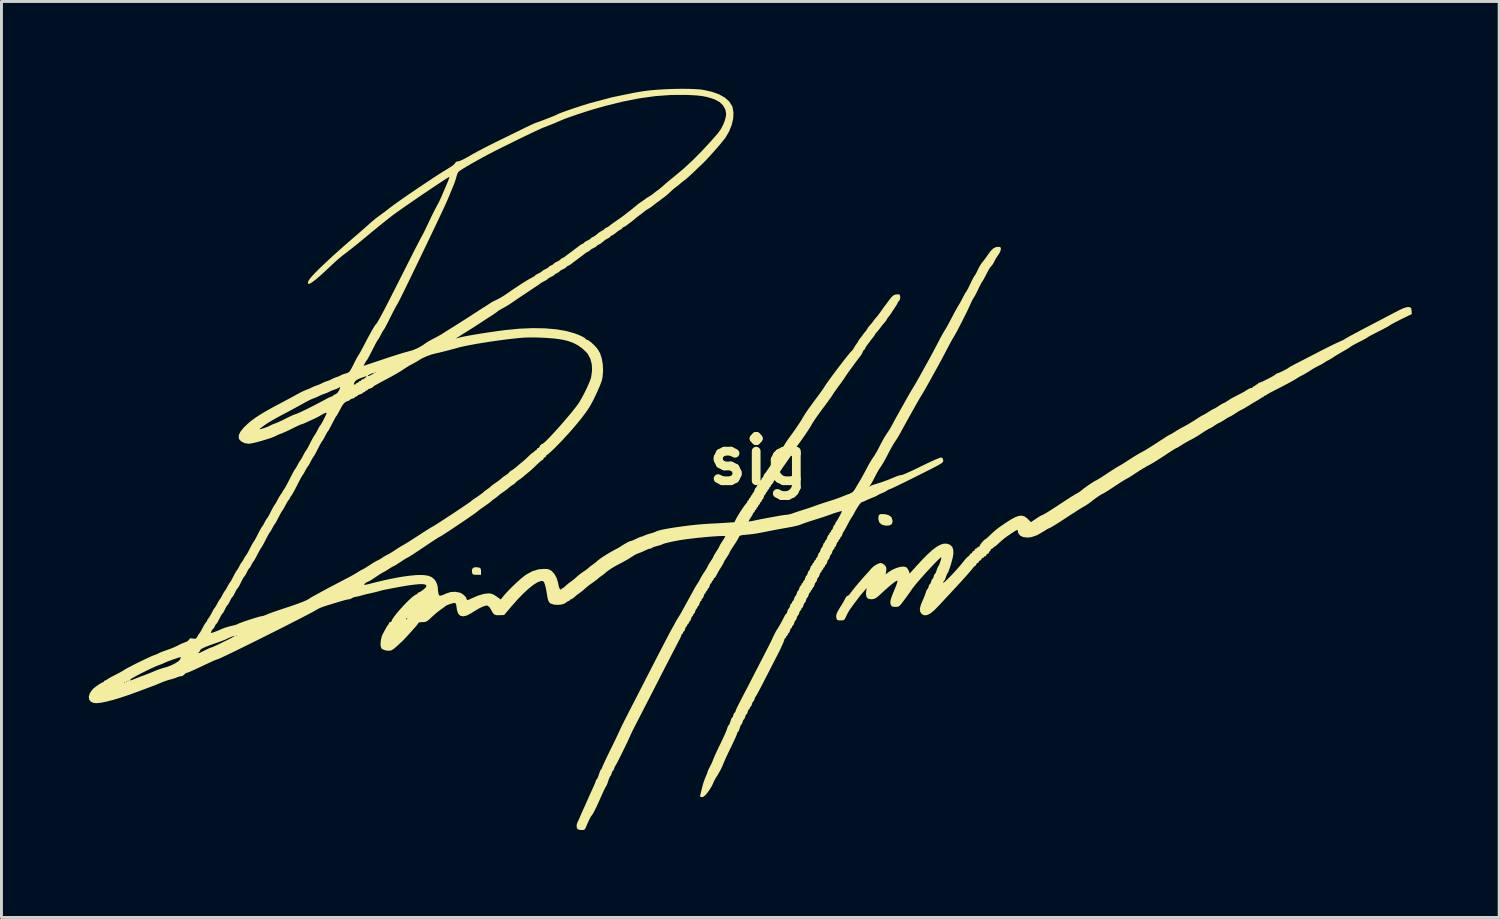
<source format=kicad_pcb>
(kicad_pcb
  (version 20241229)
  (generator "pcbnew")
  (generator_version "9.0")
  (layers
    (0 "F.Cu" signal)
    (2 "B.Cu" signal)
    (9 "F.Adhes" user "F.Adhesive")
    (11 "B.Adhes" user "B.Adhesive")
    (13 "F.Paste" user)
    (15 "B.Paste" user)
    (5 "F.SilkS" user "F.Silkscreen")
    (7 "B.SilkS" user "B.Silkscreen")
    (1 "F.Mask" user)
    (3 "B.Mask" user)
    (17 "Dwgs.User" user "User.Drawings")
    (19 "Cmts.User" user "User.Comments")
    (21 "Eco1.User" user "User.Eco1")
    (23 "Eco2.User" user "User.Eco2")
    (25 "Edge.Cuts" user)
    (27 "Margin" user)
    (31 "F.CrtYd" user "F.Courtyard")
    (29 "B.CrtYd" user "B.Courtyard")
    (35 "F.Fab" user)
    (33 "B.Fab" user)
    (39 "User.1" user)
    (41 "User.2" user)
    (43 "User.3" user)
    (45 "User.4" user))
  (footprint "sig"
    (layer "F.Cu")
    (at 22.99 12.77)
    (property "Reference" "sig" (at 0 0 0) (layer "F.SilkS") (effects (font (size 1.524 1.524) (thickness 0.3))))
    (attr board_only exclude_from_pos_files exclude_from_bom)
    (fp_poly (pts (xy -9.598 3.668) (xy -9.59 3.67) (xy -9.545 3.691) (xy -9.525 3.736) (xy -9.521 3.803) (xy -9.521 3.919) (xy -9.666 3.919) (xy -9.754 3.916) (xy -9.8 3.901) (xy -9.823 3.868) (xy -9.828 3.849) (xy -9.835 3.747) (xy -9.798 3.683) (xy -9.718 3.656)) (stroke (width 0) (type solid)) (fill yes) (layer "F.SilkS"))
    (fp_poly (pts (xy 4.355 1.838) (xy 4.468 1.868) (xy 4.552 1.92) (xy 4.582 1.961) (xy 4.613 2.072) (xy 4.594 2.159) (xy 4.57 2.19) (xy 4.501 2.223) (xy 4.403 2.232) (xy 4.297 2.216) (xy 4.231 2.19) (xy 4.156 2.12) (xy 4.125 2.015) (xy 4.127 1.927) (xy 4.144 1.866) (xy 4.188 1.84) (xy 4.229 1.834)) (stroke (width 0) (type solid)) (fill yes) (layer "F.SilkS"))
    (fp_poly (pts (xy 22.388 -5.267) (xy 22.419 -5.24) (xy 22.431 -5.179) (xy 22.433 -5.152) (xy 22.442 -5.036) (xy 22.088 -4.862) (xy 21.955 -4.795) (xy 21.839 -4.735) (xy 21.752 -4.688) (xy 21.704 -4.658) (xy 21.699 -4.654) (xy 21.662 -4.63) (xy 21.582 -4.585) (xy 21.472 -4.526) (xy 21.342 -4.459) (xy 21.304 -4.44) (xy 21.173 -4.373) (xy 21.06 -4.314) (xy 20.977 -4.269) (xy 20.934 -4.242) (xy 20.93 -4.238) (xy 20.899 -4.217) (xy 20.828 -4.177) (xy 20.727 -4.123) (xy 20.639 -4.079) (xy 20.525 -4.02) (xy 20.43 -3.969) (xy 20.368 -3.933) (xy 20.349 -3.919) (xy 20.319 -3.896) (xy 20.25 -3.853) (xy 20.152 -3.795) (xy 20.073 -3.749) (xy 19.96 -3.684) (xy 19.863 -3.626) (xy 19.795 -3.584) (xy 19.773 -3.568) (xy 19.725 -3.535) (xy 19.648 -3.489) (xy 19.599 -3.462) (xy 19.512 -3.415) (xy 19.443 -3.372) (xy 19.42 -3.356) (xy 19.37 -3.324) (xy 19.289 -3.281) (xy 19.231 -3.253) (xy 19.117 -3.193) (xy 18.997 -3.122) (xy 18.956 -3.095) (xy 18.851 -3.029) (xy 18.73 -2.959) (xy 18.67 -2.927) (xy 18.579 -2.879) (xy 18.507 -2.836) (xy 18.475 -2.815) (xy 18.428 -2.784) (xy 18.336 -2.732) (xy 18.205 -2.661) (xy 18.043 -2.575) (xy 17.856 -2.479) (xy 17.707 -2.403) (xy 17.6 -2.347) (xy 17.514 -2.299) (xy 17.461 -2.266) (xy 17.451 -2.257) (xy 17.418 -2.237) (xy 17.4 -2.235) (xy 17.363 -2.219) (xy 17.359 -2.206) (xy 17.336 -2.18) (xy 17.318 -2.177) (xy 17.275 -2.164) (xy 17.267 -2.155) (xy 17.237 -2.128) (xy 17.177 -2.091) (xy 17.17 -2.087) (xy 17.107 -2.051) (xy 17.011 -1.995) (xy 16.898 -1.926) (xy 16.842 -1.891) (xy 16.737 -1.827) (xy 16.651 -1.777) (xy 16.595 -1.747) (xy 16.58 -1.742) (xy 16.548 -1.727) (xy 16.482 -1.687) (xy 16.395 -1.631) (xy 16.387 -1.626) (xy 16.298 -1.569) (xy 16.228 -1.527) (xy 16.191 -1.51) (xy 16.19 -1.51) (xy 16.155 -1.494) (xy 16.088 -1.455) (xy 16.016 -1.408) (xy 15.933 -1.355) (xy 15.87 -1.318) (xy 15.842 -1.306) (xy 15.807 -1.291) (xy 15.74 -1.252) (xy 15.667 -1.205) (xy 15.585 -1.152) (xy 15.521 -1.115) (xy 15.493 -1.103) (xy 15.46 -1.088) (xy 15.391 -1.047) (xy 15.3 -0.989) (xy 15.26 -0.963) (xy 15.153 -0.892) (xy 15.053 -0.829) (xy 14.978 -0.785) (xy 14.964 -0.778) (xy 14.776 -0.678) (xy 14.612 -0.584) (xy 14.491 -0.508) (xy 14.422 -0.464) (xy 14.372 -0.438) (xy 14.362 -0.435) (xy 14.331 -0.42) (xy 14.261 -0.378) (xy 14.16 -0.314) (xy 14.037 -0.234) (xy 13.955 -0.179) (xy 13.81 -0.085) (xy 13.671 0.004) (xy 13.548 0.079) (xy 13.455 0.132) (xy 13.426 0.147) (xy 13.343 0.191) (xy 13.228 0.259) (xy 13.097 0.34) (xy 12.982 0.414) (xy 12.863 0.492) (xy 12.757 0.559) (xy 12.677 0.607) (xy 12.634 0.63) (xy 12.634 0.631) (xy 12.592 0.653) (xy 12.513 0.701) (xy 12.406 0.769) (xy 12.282 0.85) (xy 12.242 0.877) (xy 12.114 0.961) (xy 12.001 1.034) (xy 11.912 1.089) (xy 11.858 1.12) (xy 11.85 1.124) (xy 11.784 1.157) (xy 11.69 1.216) (xy 11.582 1.291) (xy 11.477 1.37) (xy 11.43 1.408) (xy 11.338 1.478) (xy 11.24 1.541) (xy 11.213 1.556) (xy 11.156 1.588) (xy 11.06 1.647) (xy 10.934 1.727) (xy 10.787 1.821) (xy 10.629 1.925) (xy 10.591 1.949) (xy 10.434 2.052) (xy 10.29 2.144) (xy 10.167 2.22) (xy 10.074 2.276) (xy 10.018 2.306) (xy 10.01 2.309) (xy 9.951 2.336) (xy 9.865 2.386) (xy 9.778 2.442) (xy 9.57 2.561) (xy 9.376 2.626) (xy 9.236 2.641) (xy 9.096 2.623) (xy 8.991 2.571) (xy 8.928 2.491) (xy 8.913 2.416) (xy 8.909 2.387) (xy 8.893 2.378) (xy 8.855 2.393) (xy 8.788 2.434) (xy 8.687 2.501) (xy 8.558 2.588) (xy 8.461 2.659) (xy 8.377 2.728) (xy 8.287 2.808) (xy 8.225 2.867) (xy 8.161 2.923) (xy 8.111 2.956) (xy 8.098 2.961) (xy 8.071 2.983) (xy 8.07 2.99) (xy 8.046 3.016) (xy 8.026 3.019) (xy 7.988 3.042) (xy 7.983 3.063) (xy 7.967 3.101) (xy 7.954 3.106) (xy 7.928 3.13) (xy 7.925 3.15) (xy 7.902 3.188) (xy 7.881 3.193) (xy 7.843 3.216) (xy 7.838 3.237) (xy 7.814 3.275) (xy 7.794 3.28) (xy 7.756 3.296) (xy 7.751 3.309) (xy 7.727 3.335) (xy 7.707 3.338) (xy 7.669 3.362) (xy 7.664 3.382) (xy 7.64 3.42) (xy 7.62 3.425) (xy 7.582 3.449) (xy 7.576 3.469) (xy 7.553 3.507) (xy 7.533 3.512) (xy 7.494 3.536) (xy 7.489 3.556) (xy 7.474 3.595) (xy 7.462 3.6) (xy 7.431 3.621) (xy 7.378 3.676) (xy 7.329 3.737) (xy 7.276 3.802) (xy 7.192 3.899) (xy 7.084 4.021) (xy 6.961 4.157) (xy 6.83 4.299) (xy 6.819 4.311) (xy 6.678 4.463) (xy 6.533 4.619) (xy 6.394 4.768) (xy 6.275 4.898) (xy 6.19 4.989) (xy 6.037 5.143) (xy 5.907 5.247) (xy 5.796 5.302) (xy 5.703 5.31) (xy 5.622 5.272) (xy 5.603 5.254) (xy 5.556 5.177) (xy 5.55 5.075) (xy 5.585 4.942) (xy 5.628 4.839) (xy 5.679 4.724) (xy 5.724 4.609) (xy 5.749 4.536) (xy 5.776 4.461) (xy 5.8 4.417) (xy 5.808 4.412) (xy 5.829 4.387) (xy 5.849 4.327) (xy 5.849 4.325) (xy 5.87 4.264) (xy 5.892 4.238) (xy 5.893 4.238) (xy 5.915 4.213) (xy 5.936 4.153) (xy 5.936 4.151) (xy 5.957 4.09) (xy 5.979 4.064) (xy 5.98 4.064) (xy 6.002 4.039) (xy 6.023 3.979) (xy 6.023 3.977) (xy 6.043 3.916) (xy 6.064 3.89) (xy 6.065 3.89) (xy 6.086 3.865) (xy 6.112 3.801) (xy 6.124 3.766) (xy 6.15 3.688) (xy 6.175 3.637) (xy 6.182 3.629) (xy 6.203 3.595) (xy 6.23 3.528) (xy 6.258 3.447) (xy 6.28 3.373) (xy 6.288 3.324) (xy 6.287 3.316) (xy 6.261 3.329) (xy 6.204 3.38) (xy 6.121 3.46) (xy 6.02 3.565) (xy 5.905 3.686) (xy 5.784 3.817) (xy 5.663 3.951) (xy 5.547 4.081) (xy 5.444 4.201) (xy 5.359 4.304) (xy 5.3 4.383) (xy 5.289 4.397) (xy 5.238 4.472) (xy 5.164 4.577) (xy 5.078 4.695) (xy 5.023 4.769) (xy 4.94 4.88) (xy 4.881 4.953) (xy 4.836 4.995) (xy 4.795 5.015) (xy 4.748 5.021) (xy 4.711 5.022) (xy 4.627 5.016) (xy 4.58 4.993) (xy 4.551 4.948) (xy 4.536 4.897) (xy 4.535 4.838) (xy 4.552 4.759) (xy 4.587 4.652) (xy 4.645 4.508) (xy 4.685 4.412) (xy 4.731 4.3) (xy 4.765 4.204) (xy 4.782 4.141) (xy 4.783 4.126) (xy 4.759 4.123) (xy 4.698 4.156) (xy 4.607 4.224) (xy 4.489 4.321) (xy 4.35 4.444) (xy 4.244 4.543) (xy 4.139 4.639) (xy 4.063 4.701) (xy 4.001 4.737) (xy 3.941 4.754) (xy 3.873 4.759) (xy 3.774 4.741) (xy 3.716 4.682) (xy 3.697 4.58) (xy 3.702 4.509) (xy 3.722 4.369) (xy 3.668 4.436) (xy 3.61 4.506) (xy 3.544 4.582) (xy 3.541 4.585) (xy 3.48 4.659) (xy 3.428 4.727) (xy 3.425 4.731) (xy 3.374 4.803) (xy 3.338 4.848) (xy 3.287 4.915) (xy 3.251 4.965) (xy 3.207 5.027) (xy 3.179 5.063) (xy 3.13 5.133) (xy 3.071 5.237) (xy 3.012 5.355) (xy 3.003 5.378) (xy 2.967 5.446) (xy 2.928 5.477) (xy 2.861 5.486) (xy 2.828 5.486) (xy 2.746 5.482) (xy 2.705 5.463) (xy 2.684 5.42) (xy 2.683 5.414) (xy 2.673 5.342) (xy 2.687 5.267) (xy 2.727 5.176) (xy 2.798 5.056) (xy 2.817 5.026) (xy 2.883 4.921) (xy 2.941 4.82) (xy 2.978 4.745) (xy 2.979 4.743) (xy 3.015 4.679) (xy 3.053 4.646) (xy 3.06 4.645) (xy 3.104 4.622) (xy 3.142 4.579) (xy 3.193 4.51) (xy 3.272 4.41) (xy 3.369 4.29) (xy 3.476 4.163) (xy 3.582 4.041) (xy 3.676 3.936) (xy 3.694 3.916) (xy 3.774 3.829) (xy 3.843 3.751) (xy 3.887 3.699) (xy 3.89 3.696) (xy 3.956 3.633) (xy 4.047 3.572) (xy 4.14 3.528) (xy 4.207 3.512) (xy 4.269 3.533) (xy 4.335 3.583) (xy 4.341 3.589) (xy 4.387 3.65) (xy 4.4 3.713) (xy 4.393 3.785) (xy 4.374 3.904) (xy 4.475 3.827) (xy 4.6 3.748) (xy 4.737 3.687) (xy 4.872 3.648) (xy 4.99 3.636) (xy 5.075 3.655) (xy 5.124 3.703) (xy 5.164 3.776) (xy 5.166 3.78) (xy 5.2 3.875) (xy 5.394 3.659) (xy 5.617 3.416) (xy 5.81 3.22) (xy 5.979 3.067) (xy 6.126 2.956) (xy 6.255 2.885) (xy 6.37 2.85) (xy 6.473 2.85) (xy 6.569 2.882) (xy 6.591 2.894) (xy 6.662 2.961) (xy 6.697 3.062) (xy 6.698 3.202) (xy 6.692 3.247) (xy 6.676 3.332) (xy 6.648 3.442) (xy 6.614 3.562) (xy 6.577 3.679) (xy 6.542 3.777) (xy 6.514 3.842) (xy 6.501 3.861) (xy 6.481 3.895) (xy 6.454 3.965) (xy 6.443 3.999) (xy 6.416 4.073) (xy 6.393 4.117) (xy 6.385 4.122) (xy 6.363 4.146) (xy 6.348 4.187) (xy 6.36 4.192) (xy 6.403 4.16) (xy 6.471 4.097) (xy 6.558 4.011) (xy 6.657 3.909) (xy 6.761 3.797) (xy 6.864 3.682) (xy 6.959 3.571) (xy 7.04 3.471) (xy 7.047 3.462) (xy 7.116 3.377) (xy 7.176 3.313) (xy 7.216 3.282) (xy 7.221 3.281) (xy 7.253 3.257) (xy 7.257 3.237) (xy 7.28 3.198) (xy 7.301 3.193) (xy 7.339 3.17) (xy 7.344 3.15) (xy 7.367 3.111) (xy 7.388 3.106) (xy 7.426 3.083) (xy 7.431 3.063) (xy 7.455 3.024) (xy 7.475 3.019) (xy 7.513 3.003) (xy 7.518 2.99) (xy 7.542 2.964) (xy 7.562 2.961) (xy 7.601 2.941) (xy 7.605 2.924) (xy 7.623 2.884) (xy 7.667 2.823) (xy 7.72 2.761) (xy 7.769 2.714) (xy 7.795 2.7) (xy 7.824 2.681) (xy 7.88 2.632) (xy 7.94 2.576) (xy 8.042 2.478) (xy 8.132 2.398) (xy 8.225 2.324) (xy 8.336 2.244) (xy 8.479 2.146) (xy 8.49 2.139) (xy 8.676 2.02) (xy 8.827 1.939) (xy 8.95 1.896) (xy 9.053 1.888) (xy 9.143 1.915) (xy 9.227 1.974) (xy 9.252 1.998) (xy 9.363 2.11) (xy 9.551 1.984) (xy 9.644 1.924) (xy 9.722 1.879) (xy 9.769 1.858) (xy 9.773 1.858) (xy 9.807 1.842) (xy 9.881 1.799) (xy 9.988 1.733) (xy 10.121 1.648) (xy 10.272 1.55) (xy 10.336 1.507) (xy 10.495 1.403) (xy 10.641 1.308) (xy 10.765 1.229) (xy 10.861 1.17) (xy 10.919 1.137) (xy 10.93 1.132) (xy 10.993 1.097) (xy 11.071 1.041) (xy 11.093 1.023) (xy 11.171 0.96) (xy 11.273 0.886) (xy 11.382 0.81) (xy 11.485 0.743) (xy 11.566 0.694) (xy 11.604 0.676) (xy 11.646 0.654) (xy 11.725 0.605) (xy 11.832 0.537) (xy 11.957 0.456) (xy 11.997 0.429) (xy 12.125 0.345) (xy 12.238 0.272) (xy 12.327 0.217) (xy 12.381 0.186) (xy 12.389 0.182) (xy 12.432 0.159) (xy 12.511 0.111) (xy 12.616 0.045) (xy 12.729 -0.029) (xy 12.859 -0.113) (xy 12.988 -0.193) (xy 13.099 -0.257) (xy 13.164 -0.292) (xy 13.24 -0.333) (xy 13.351 -0.399) (xy 13.485 -0.482) (xy 13.629 -0.574) (xy 13.696 -0.618) (xy 13.831 -0.706) (xy 13.952 -0.784) (xy 14.049 -0.845) (xy 14.113 -0.883) (xy 14.131 -0.892) (xy 14.184 -0.918) (xy 14.261 -0.964) (xy 14.297 -0.987) (xy 14.388 -1.045) (xy 14.476 -1.097) (xy 14.5 -1.109) (xy 14.763 -1.252) (xy 14.992 -1.392) (xy 15.037 -1.423) (xy 15.133 -1.485) (xy 15.219 -1.537) (xy 15.275 -1.566) (xy 15.337 -1.598) (xy 15.422 -1.649) (xy 15.472 -1.682) (xy 15.549 -1.731) (xy 15.606 -1.763) (xy 15.626 -1.771) (xy 15.66 -1.786) (xy 15.727 -1.825) (xy 15.8 -1.872) (xy 15.882 -1.926) (xy 15.946 -1.962) (xy 15.975 -1.974) (xy 16.011 -1.989) (xy 16.076 -2.028) (xy 16.12 -2.056) (xy 16.186 -2.1) (xy 16.252 -2.14) (xy 16.33 -2.183) (xy 16.435 -2.237) (xy 16.561 -2.301) (xy 16.662 -2.356) (xy 16.763 -2.418) (xy 16.778 -2.428) (xy 16.854 -2.471) (xy 16.918 -2.495) (xy 16.93 -2.496) (xy 16.974 -2.51) (xy 16.982 -2.525) (xy 17.005 -2.551) (xy 17.025 -2.555) (xy 17.064 -2.57) (xy 17.069 -2.584) (xy 17.092 -2.609) (xy 17.112 -2.613) (xy 17.151 -2.628) (xy 17.156 -2.642) (xy 17.178 -2.669) (xy 17.189 -2.671) (xy 17.231 -2.683) (xy 17.308 -2.716) (xy 17.406 -2.762) (xy 17.512 -2.816) (xy 17.614 -2.869) (xy 17.699 -2.917) (xy 17.753 -2.952) (xy 17.765 -2.965) (xy 17.789 -2.988) (xy 17.802 -2.99) (xy 17.845 -3.003) (xy 17.923 -3.037) (xy 18.016 -3.081) (xy 18.109 -3.129) (xy 18.185 -3.172) (xy 18.219 -3.196) (xy 18.259 -3.222) (xy 18.339 -3.266) (xy 18.445 -3.323) (xy 18.526 -3.364) (xy 18.644 -3.425) (xy 18.799 -3.504) (xy 18.974 -3.595) (xy 19.155 -3.689) (xy 19.275 -3.751) (xy 19.442 -3.837) (xy 19.607 -3.919) (xy 19.756 -3.992) (xy 19.876 -4.049) (xy 19.943 -4.079) (xy 20.038 -4.121) (xy 20.111 -4.157) (xy 20.145 -4.179) (xy 20.146 -4.18) (xy 20.175 -4.199) (xy 20.248 -4.24) (xy 20.358 -4.301) (xy 20.5 -4.377) (xy 20.664 -4.465) (xy 20.82 -4.547) (xy 21.025 -4.654) (xy 21.238 -4.765) (xy 21.445 -4.874) (xy 21.632 -4.972) (xy 21.788 -5.054) (xy 21.85 -5.087) (xy 22.014 -5.171) (xy 22.137 -5.228) (xy 22.227 -5.261) (xy 22.294 -5.275) (xy 22.323 -5.275)) (stroke (width 0) (type solid)) (fill yes) (layer "F.SilkS"))
    (fp_poly (pts (xy -2.407 -12.769) (xy -2.173 -12.761) (xy -1.977 -12.746) (xy -1.876 -12.732) (xy -1.585 -12.666) (xy -1.34 -12.577) (xy -1.142 -12.464) (xy -0.994 -12.331) (xy -0.899 -12.178) (xy -0.884 -12.137) (xy -0.851 -11.954) (xy -0.862 -11.747) (xy -0.913 -11.528) (xy -1.001 -11.308) (xy -1.123 -11.1) (xy -1.151 -11.062) (xy -1.24 -10.948) (xy -1.358 -10.807) (xy -1.493 -10.652) (xy -1.633 -10.495) (xy -1.766 -10.351) (xy -1.882 -10.231) (xy -1.94 -10.175) (xy -2.04 -10.081) (xy -2.157 -9.969) (xy -2.268 -9.863) (xy -2.277 -9.855) (xy -2.368 -9.77) (xy -2.452 -9.696) (xy -2.513 -9.646) (xy -2.524 -9.637) (xy -2.592 -9.587) (xy -2.667 -9.525) (xy -2.671 -9.521) (xy -2.744 -9.459) (xy -2.813 -9.407) (xy -2.816 -9.405) (xy -2.872 -9.362) (xy -2.95 -9.295) (xy -3.019 -9.231) (xy -3.102 -9.155) (xy -3.177 -9.091) (xy -3.221 -9.057) (xy -3.293 -9.005) (xy -3.338 -8.97) (xy -3.405 -8.918) (xy -3.454 -8.883) (xy -3.574 -8.794) (xy -3.674 -8.713) (xy -3.722 -8.68) (xy -3.774 -8.651) (xy -3.837 -8.613) (xy -3.873 -8.588) (xy -4.019 -8.472) (xy -4.094 -8.418) (xy -4.16 -8.368) (xy -4.234 -8.306) (xy -4.238 -8.302) (xy -4.312 -8.24) (xy -4.38 -8.188) (xy -4.383 -8.186) (xy -4.458 -8.131) (xy -4.506 -8.093) (xy -4.572 -8.047) (xy -4.619 -8.025) (xy -4.664 -8) (xy -4.674 -7.983) (xy -4.697 -7.954) (xy -4.724 -7.941) (xy -4.777 -7.912) (xy -4.848 -7.859) (xy -4.872 -7.839) (xy -4.945 -7.781) (xy -5.009 -7.742) (xy -5.025 -7.735) (xy -5.07 -7.711) (xy -5.08 -7.695) (xy -5.103 -7.668) (xy -5.154 -7.639) (xy -5.222 -7.603) (xy -5.263 -7.576) (xy -5.357 -7.498) (xy -5.421 -7.451) (xy -5.467 -7.424) (xy -5.49 -7.416) (xy -5.535 -7.392) (xy -5.544 -7.376) (xy -5.568 -7.351) (xy -5.629 -7.316) (xy -5.661 -7.301) (xy -5.731 -7.264) (xy -5.772 -7.234) (xy -5.777 -7.226) (xy -5.8 -7.199) (xy -5.831 -7.186) (xy -5.896 -7.153) (xy -5.945 -7.118) (xy -6.018 -7.06) (xy -6.067 -7.025) (xy -6.138 -6.973) (xy -6.183 -6.938) (xy -6.25 -6.886) (xy -6.299 -6.851) (xy -6.374 -6.795) (xy -6.421 -6.757) (xy -6.488 -6.712) (xy -6.535 -6.69) (xy -6.58 -6.666) (xy -6.589 -6.65) (xy -6.613 -6.625) (xy -6.674 -6.59) (xy -6.706 -6.575) (xy -6.776 -6.539) (xy -6.817 -6.509) (xy -6.822 -6.502) (xy -6.846 -6.477) (xy -6.904 -6.447) (xy -6.909 -6.444) (xy -6.969 -6.414) (xy -6.996 -6.388) (xy -6.996 -6.387) (xy -7.02 -6.364) (xy -7.08 -6.329) (xy -7.112 -6.314) (xy -7.182 -6.278) (xy -7.224 -6.249) (xy -7.228 -6.242) (xy -7.252 -6.219) (xy -7.31 -6.184) (xy -7.331 -6.174) (xy -7.407 -6.134) (xy -7.463 -6.1) (xy -7.469 -6.095) (xy -7.513 -6.063) (xy -7.585 -6.013) (xy -7.62 -5.99) (xy -7.722 -5.923) (xy -7.829 -5.851) (xy -7.852 -5.836) (xy -7.939 -5.777) (xy -8.048 -5.704) (xy -8.143 -5.642) (xy -8.259 -5.564) (xy -8.383 -5.479) (xy -8.466 -5.422) (xy -8.576 -5.349) (xy -8.697 -5.277) (xy -8.76 -5.243) (xy -8.848 -5.195) (xy -8.919 -5.152) (xy -8.945 -5.132) (xy -8.993 -5.094) (xy -9.067 -5.042) (xy -9.1 -5.019) (xy -9.171 -4.974) (xy -9.276 -4.906) (xy -9.4 -4.825) (xy -9.521 -4.746) (xy -9.649 -4.663) (xy -9.769 -4.586) (xy -9.867 -4.523) (xy -9.928 -4.485) (xy -10.015 -4.43) (xy -10.118 -4.366) (xy -10.164 -4.337) (xy -10.277 -4.266) (xy -10.346 -4.222) (xy -10.376 -4.2) (xy -10.372 -4.196) (xy -10.34 -4.205) (xy -10.32 -4.213) (xy -10.241 -4.234) (xy -10.113 -4.262) (xy -9.945 -4.294) (xy -9.746 -4.329) (xy -9.524 -4.366) (xy -9.289 -4.402) (xy -9.049 -4.437) (xy -8.813 -4.469) (xy -8.665 -4.488) (xy -8.194 -4.533) (xy -7.745 -4.552) (xy -7.326 -4.545) (xy -6.942 -4.512) (xy -6.598 -4.454) (xy -6.314 -4.374) (xy -6.173 -4.321) (xy -6.055 -4.268) (xy -5.969 -4.22) (xy -5.925 -4.183) (xy -5.922 -4.173) (xy -5.898 -4.154) (xy -5.878 -4.151) (xy -5.829 -4.13) (xy -5.754 -4.075) (xy -5.666 -3.996) (xy -5.576 -3.903) (xy -5.513 -3.829) (xy -5.434 -3.691) (xy -5.375 -3.512) (xy -5.34 -3.308) (xy -5.329 -3.092) (xy -5.347 -2.878) (xy -5.364 -2.787) (xy -5.393 -2.693) (xy -5.444 -2.562) (xy -5.511 -2.407) (xy -5.587 -2.243) (xy -5.666 -2.081) (xy -5.742 -1.937) (xy -5.801 -1.835) (xy -5.921 -1.658) (xy -6.077 -1.451) (xy -6.263 -1.224) (xy -6.47 -0.984) (xy -6.692 -0.741) (xy -6.88 -0.545) (xy -6.994 -0.431) (xy -7.096 -0.333) (xy -7.178 -0.258) (xy -7.232 -0.214) (xy -7.25 -0.204) (xy -7.282 -0.18) (xy -7.286 -0.16) (xy -7.309 -0.121) (xy -7.33 -0.116) (xy -7.368 -0.093) (xy -7.373 -0.073) (xy -7.39 -0.034) (xy -7.405 -0.029) (xy -7.439 -0.01) (xy -7.501 0.041) (xy -7.581 0.114) (xy -7.605 0.138) (xy -7.702 0.231) (xy -7.799 0.32) (xy -7.877 0.387) (xy -7.883 0.392) (xy -7.967 0.461) (xy -8.045 0.527) (xy -8.065 0.545) (xy -8.142 0.607) (xy -8.229 0.667) (xy -8.235 0.671) (xy -8.296 0.714) (xy -8.329 0.746) (xy -8.331 0.751) (xy -8.354 0.778) (xy -8.409 0.817) (xy -8.422 0.825) (xy -8.499 0.876) (xy -8.561 0.926) (xy -8.563 0.928) (xy -8.614 0.972) (xy -8.694 1.031) (xy -8.755 1.074) (xy -8.837 1.131) (xy -8.901 1.18) (xy -8.926 1.203) (xy -8.968 1.239) (xy -9.035 1.29) (xy -9.057 1.305) (xy -9.128 1.356) (xy -9.179 1.399) (xy -9.188 1.407) (xy -9.225 1.438) (xy -9.296 1.491) (xy -9.388 1.555) (xy -9.405 1.567) (xy -9.502 1.634) (xy -9.585 1.694) (xy -9.637 1.737) (xy -9.641 1.741) (xy -9.679 1.772) (xy -9.757 1.828) (xy -9.867 1.905) (xy -10.001 1.997) (xy -10.15 2.099) (xy -10.307 2.204) (xy -10.463 2.309) (xy -10.611 2.407) (xy -10.742 2.492) (xy -10.849 2.561) (xy -10.922 2.606) (xy -10.952 2.621) (xy -10.99 2.643) (xy -11.069 2.692) (xy -11.179 2.763) (xy -11.313 2.852) (xy -11.462 2.952) (xy -11.489 2.97) (xy -11.639 3.072) (xy -11.776 3.162) (xy -11.891 3.237) (xy -11.975 3.29) (xy -12.021 3.317) (xy -12.025 3.318) (xy -12.071 3.342) (xy -12.151 3.39) (xy -12.25 3.454) (xy -12.292 3.482) (xy -12.391 3.547) (xy -12.471 3.597) (xy -12.522 3.625) (xy -12.532 3.629) (xy -12.567 3.644) (xy -12.633 3.683) (xy -12.685 3.718) (xy -12.771 3.773) (xy -12.845 3.816) (xy -12.874 3.83) (xy -12.924 3.857) (xy -13.006 3.908) (xy -13.106 3.974) (xy -13.148 4.002) (xy -13.247 4.069) (xy -13.33 4.12) (xy -13.383 4.148) (xy -13.395 4.152) (xy -13.438 4.169) (xy -13.498 4.209) (xy -13.498 4.209) (xy -13.538 4.248) (xy -13.53 4.264) (xy -13.472 4.259) (xy -13.371 4.236) (xy -13.131 4.174) (xy -12.927 4.125) (xy -12.741 4.083) (xy -12.551 4.044) (xy -12.34 4.004) (xy -12.323 4.001) (xy -12.151 3.974) (xy -11.965 3.95) (xy -11.792 3.933) (xy -11.694 3.926) (xy -11.487 3.928) (xy -11.327 3.953) (xy -11.206 4.004) (xy -11.116 4.084) (xy -11.067 4.159) (xy -11.028 4.253) (xy -11.006 4.342) (xy -11.004 4.369) (xy -10.999 4.462) (xy -10.985 4.552) (xy -10.967 4.617) (xy -10.937 4.637) (xy -10.889 4.631) (xy -10.813 4.605) (xy -10.722 4.565) (xy -10.703 4.556) (xy -10.56 4.51) (xy -10.397 4.503) (xy -10.245 4.533) (xy -10.159 4.577) (xy -10.082 4.641) (xy -10.029 4.707) (xy -10.015 4.75) (xy -10.007 4.78) (xy -9.977 4.785) (xy -9.916 4.764) (xy -9.822 4.72) (xy -9.612 4.63) (xy -9.418 4.574) (xy -9.266 4.557) (xy -9.173 4.567) (xy -9.087 4.6) (xy -8.99 4.662) (xy -8.844 4.767) (xy -8.743 4.641) (xy -8.649 4.532) (xy -8.526 4.404) (xy -8.388 4.268) (xy -8.247 4.137) (xy -8.115 4.022) (xy -8.005 3.936) (xy -7.983 3.92) (xy -7.763 3.798) (xy -7.543 3.731) (xy -7.364 3.716) (xy -7.25 3.721) (xy -7.17 3.742) (xy -7.098 3.786) (xy -7.096 3.787) (xy -6.999 3.893) (xy -6.921 4.038) (xy -6.872 4.207) (xy -6.867 4.243) (xy -6.847 4.332) (xy -6.819 4.398) (xy -6.806 4.414) (xy -6.771 4.432) (xy -6.764 4.416) (xy -6.741 4.385) (xy -6.731 4.383) (xy -6.689 4.364) (xy -6.636 4.318) (xy -6.571 4.257) (xy -6.489 4.192) (xy -6.473 4.181) (xy -6.372 4.106) (xy -6.267 4.019) (xy -6.185 3.945) (xy -6.133 3.903) (xy -6.053 3.845) (xy -5.992 3.803) (xy -5.909 3.746) (xy -5.846 3.697) (xy -5.82 3.674) (xy -5.779 3.638) (xy -5.711 3.587) (xy -5.69 3.572) (xy -5.619 3.521) (xy -5.567 3.479) (xy -5.559 3.471) (xy -5.491 3.411) (xy -5.382 3.332) (xy -5.244 3.242) (xy -5.088 3.148) (xy -4.926 3.058) (xy -4.862 3.025) (xy -4.775 2.977) (xy -4.703 2.931) (xy -4.606 2.869) (xy -4.509 2.814) (xy -4.427 2.774) (xy -4.376 2.758) (xy -4.375 2.758) (xy -4.331 2.745) (xy -4.255 2.713) (xy -4.197 2.685) (xy -4.112 2.645) (xy -4.047 2.618) (xy -4.023 2.612) (xy -3.976 2.6) (xy -3.918 2.574) (xy -3.846 2.544) (xy -3.747 2.512) (xy -3.701 2.499) (xy -3.612 2.474) (xy -3.546 2.45) (xy -3.527 2.44) (xy -3.468 2.413) (xy -3.359 2.383) (xy -3.209 2.351) (xy -3.025 2.318) (xy -2.817 2.285) (xy -2.591 2.253) (xy -2.357 2.224) (xy -2.122 2.199) (xy -1.894 2.179) (xy -1.683 2.165) (xy -1.669 2.164) (xy -1.5 2.156) (xy -1.322 2.146) (xy -1.159 2.136) (xy -1.069 2.13) (xy -0.817 2.113) (xy -0.767 2.007) (xy -0.729 1.936) (xy -0.672 1.842) (xy -0.605 1.737) (xy -0.537 1.633) (xy -0.474 1.544) (xy -0.426 1.481) (xy -0.401 1.456) (xy -0.379 1.423) (xy -0.377 1.405) (xy -0.361 1.368) (xy -0.348 1.364) (xy -0.323 1.341) (xy -0.319 1.321) (xy -0.304 1.282) (xy -0.29 1.277) (xy -0.265 1.254) (xy -0.261 1.234) (xy -0.246 1.195) (xy -0.232 1.19) (xy -0.206 1.167) (xy -0.203 1.147) (xy -0.189 1.108) (xy -0.176 1.103) (xy -0.152 1.078) (xy -0.131 1.018) (xy -0.131 1.016) (xy -0.11 0.955) (xy -0.085 0.929) (xy -0.085 0.929) (xy -0.061 0.905) (xy -0.058 0.885) (xy -0.042 0.847) (xy -0.029 0.842) (xy -0.003 0.818) (xy 0 0.798) (xy 0.016 0.76) (xy 0.029 0.755) (xy 0.055 0.731) (xy 0.058 0.711) (xy 0.074 0.673) (xy 0.087 0.668) (xy 0.113 0.644) (xy 0.116 0.624) (xy 0.132 0.585) (xy 0.145 0.581) (xy 0.171 0.557) (xy 0.174 0.539) (xy 0.193 0.485) (xy 0.214 0.457) (xy 0.247 0.417) (xy 0.302 0.34) (xy 0.371 0.24) (xy 0.417 0.172) (xy 0.504 0.042) (xy 0.597 -0.094) (xy 0.681 -0.212) (xy 0.706 -0.248) (xy 0.778 -0.35) (xy 0.843 -0.45) (xy 0.886 -0.524) (xy 0.933 -0.603) (xy 0.999 -0.702) (xy 1.047 -0.769) (xy 1.167 -0.933) (xy 1.286 -1.101) (xy 1.395 -1.263) (xy 1.487 -1.405) (xy 1.551 -1.514) (xy 1.555 -1.522) (xy 1.599 -1.594) (xy 1.67 -1.701) (xy 1.761 -1.83) (xy 1.864 -1.971) (xy 1.929 -2.059) (xy 2.03 -2.195) (xy 2.121 -2.319) (xy 2.196 -2.423) (xy 2.246 -2.497) (xy 2.264 -2.525) (xy 2.3 -2.583) (xy 2.364 -2.675) (xy 2.449 -2.794) (xy 2.55 -2.932) (xy 2.661 -3.08) (xy 2.776 -3.232) (xy 2.888 -3.378) (xy 2.991 -3.511) (xy 3.08 -3.622) (xy 3.149 -3.705) (xy 3.191 -3.751) (xy 3.196 -3.755) (xy 3.24 -3.802) (xy 3.287 -3.875) (xy 3.294 -3.888) (xy 3.339 -3.965) (xy 3.38 -4.023) (xy 3.386 -4.028) (xy 3.419 -4.072) (xy 3.425 -4.091) (xy 3.442 -4.127) (xy 3.476 -4.173) (xy 3.534 -4.246) (xy 3.571 -4.296) (xy 3.621 -4.365) (xy 3.679 -4.437) (xy 3.723 -4.493) (xy 3.744 -4.53) (xy 3.745 -4.533) (xy 3.763 -4.564) (xy 3.807 -4.619) (xy 3.825 -4.638) (xy 3.889 -4.713) (xy 3.942 -4.782) (xy 3.948 -4.791) (xy 4.003 -4.864) (xy 4.049 -4.918) (xy 4.098 -4.976) (xy 4.163 -5.061) (xy 4.208 -5.124) (xy 4.266 -5.206) (xy 4.312 -5.271) (xy 4.333 -5.298) (xy 4.36 -5.334) (xy 4.412 -5.403) (xy 4.477 -5.492) (xy 4.488 -5.507) (xy 4.567 -5.608) (xy 4.63 -5.668) (xy 4.689 -5.699) (xy 4.717 -5.706) (xy 4.793 -5.713) (xy 4.844 -5.707) (xy 4.846 -5.705) (xy 4.871 -5.66) (xy 4.875 -5.589) (xy 4.857 -5.52) (xy 4.833 -5.486) (xy 4.797 -5.446) (xy 4.79 -5.428) (xy 4.775 -5.393) (xy 4.736 -5.326) (xy 4.687 -5.25) (xy 4.627 -5.159) (xy 4.576 -5.082) (xy 4.549 -5.041) (xy 4.502 -4.976) (xy 4.463 -4.928) (xy 4.425 -4.877) (xy 4.412 -4.848) (xy 4.394 -4.815) (xy 4.349 -4.76) (xy 4.333 -4.741) (xy 4.268 -4.667) (xy 4.215 -4.597) (xy 4.209 -4.588) (xy 4.16 -4.522) (xy 4.096 -4.446) (xy 4.086 -4.435) (xy 4.036 -4.376) (xy 4.008 -4.336) (xy 4.006 -4.329) (xy 3.989 -4.297) (xy 3.947 -4.242) (xy 3.941 -4.234) (xy 3.881 -4.16) (xy 3.832 -4.093) (xy 3.776 -4.018) (xy 3.738 -3.971) (xy 3.693 -3.904) (xy 3.671 -3.857) (xy 3.646 -3.812) (xy 3.63 -3.803) (xy 3.605 -3.778) (xy 3.589 -3.737) (xy 3.557 -3.667) (xy 3.512 -3.6) (xy 3.449 -3.519) (xy 3.367 -3.41) (xy 3.274 -3.286) (xy 3.181 -3.158) (xy 3.095 -3.039) (xy 3.026 -2.94) (xy 2.984 -2.876) (xy 2.982 -2.874) (xy 2.937 -2.804) (xy 2.868 -2.706) (xy 2.788 -2.596) (xy 2.757 -2.555) (xy 2.68 -2.45) (xy 2.612 -2.355) (xy 2.566 -2.284) (xy 2.554 -2.264) (xy 2.524 -2.217) (xy 2.466 -2.134) (xy 2.386 -2.023) (xy 2.291 -1.894) (xy 2.219 -1.798) (xy 2.113 -1.655) (xy 2.015 -1.517) (xy 1.93 -1.395) (xy 1.869 -1.3) (xy 1.846 -1.261) (xy 1.784 -1.154) (xy 1.694 -1.015) (xy 1.586 -0.855) (xy 1.468 -0.686) (xy 1.347 -0.521) (xy 1.337 -0.508) (xy 1.268 -0.411) (xy 1.206 -0.315) (xy 1.176 -0.262) (xy 1.132 -0.187) (xy 1.067 -0.088) (xy 0.996 0.013) (xy 0.918 0.124) (xy 0.831 0.249) (xy 0.743 0.381) (xy 0.66 0.508) (xy 0.587 0.622) (xy 0.531 0.713) (xy 0.499 0.771) (xy 0.493 0.786) (xy 0.471 0.812) (xy 0.464 0.813) (xy 0.439 0.836) (xy 0.435 0.856) (xy 0.42 0.895) (xy 0.406 0.9) (xy 0.381 0.923) (xy 0.377 0.943) (xy 0.362 0.982) (xy 0.348 0.987) (xy 0.323 1.01) (xy 0.319 1.031) (xy 0.304 1.069) (xy 0.29 1.074) (xy 0.265 1.098) (xy 0.261 1.118) (xy 0.247 1.156) (xy 0.235 1.161) (xy 0.21 1.186) (xy 0.189 1.247) (xy 0.189 1.248) (xy 0.168 1.309) (xy 0.143 1.335) (xy 0.143 1.335) (xy 0.119 1.359) (xy 0.116 1.379) (xy 0.1 1.417) (xy 0.087 1.422) (xy 0.061 1.446) (xy 0.058 1.466) (xy 0.042 1.505) (xy 0.029 1.509) (xy 0.003 1.533) (xy 0 1.553) (xy -0.016 1.592) (xy -0.029 1.597) (xy -0.055 1.62) (xy -0.058 1.64) (xy -0.074 1.679) (xy -0.087 1.684) (xy -0.113 1.707) (xy -0.116 1.727) (xy -0.132 1.766) (xy -0.145 1.771) (xy -0.173 1.793) (xy -0.174 1.802) (xy -0.19 1.842) (xy -0.229 1.91) (xy -0.263 1.961) (xy -0.307 2.032) (xy -0.33 2.079) (xy -0.328 2.09) (xy -0.29 2.085) (xy -0.211 2.071) (xy -0.109 2.05) (xy -0.102 2.048) (xy 0.114 2.005) (xy 0.377 1.955) (xy 0.681 1.9) (xy 0.742 1.889) (xy 0.849 1.872) (xy 0.942 1.86) (xy 0.989 1.857) (xy 1.061 1.845) (xy 1.153 1.819) (xy 1.176 1.811) (xy 1.281 1.773) (xy 1.397 1.735) (xy 1.422 1.727) (xy 1.611 1.667) (xy 1.784 1.61) (xy 1.922 1.562) (xy 1.945 1.553) (xy 2.073 1.507) (xy 2.24 1.451) (xy 2.427 1.392) (xy 2.467 1.379) (xy 2.638 1.324) (xy 2.801 1.265) (xy 2.934 1.212) (xy 2.946 1.207) (xy 3.035 1.171) (xy 3.135 1.136) (xy 3.143 1.133) (xy 3.245 1.078) (xy 3.311 0.992) (xy 3.36 0.908) (xy 3.423 0.802) (xy 3.469 0.726) (xy 3.525 0.631) (xy 3.596 0.503) (xy 3.672 0.363) (xy 3.718 0.276) (xy 3.787 0.146) (xy 3.857 0.025) (xy 3.916 -0.071) (xy 3.948 -0.116) (xy 3.994 -0.184) (xy 4.056 -0.288) (xy 4.125 -0.414) (xy 4.181 -0.523) (xy 4.25 -0.655) (xy 4.318 -0.778) (xy 4.378 -0.877) (xy 4.413 -0.929) (xy 4.466 -1.006) (xy 4.532 -1.113) (xy 4.596 -1.227) (xy 4.6 -1.234) (xy 4.662 -1.351) (xy 4.741 -1.495) (xy 4.823 -1.643) (xy 4.862 -1.713) (xy 4.94 -1.852) (xy 5.021 -1.996) (xy 5.093 -2.124) (xy 5.123 -2.177) (xy 5.193 -2.301) (xy 5.27 -2.432) (xy 5.327 -2.525) (xy 5.391 -2.632) (xy 5.466 -2.762) (xy 5.539 -2.891) (xy 5.546 -2.903) (xy 5.611 -3.022) (xy 5.693 -3.17) (xy 5.779 -3.325) (xy 5.835 -3.425) (xy 5.919 -3.579) (xy 6.016 -3.759) (xy 6.113 -3.943) (xy 6.184 -4.079) (xy 6.253 -4.211) (xy 6.316 -4.327) (xy 6.366 -4.416) (xy 6.397 -4.466) (xy 6.4 -4.47) (xy 6.426 -4.511) (xy 6.473 -4.592) (xy 6.535 -4.705) (xy 6.605 -4.837) (xy 6.634 -4.891) (xy 6.708 -5.032) (xy 6.777 -5.159) (xy 6.834 -5.262) (xy 6.872 -5.329) (xy 6.881 -5.341) (xy 6.919 -5.404) (xy 6.971 -5.499) (xy 7.025 -5.603) (xy 7.074 -5.697) (xy 7.115 -5.769) (xy 7.14 -5.805) (xy 7.141 -5.806) (xy 7.162 -5.837) (xy 7.2 -5.908) (xy 7.25 -6.009) (xy 7.285 -6.081) (xy 7.339 -6.194) (xy 7.387 -6.285) (xy 7.421 -6.344) (xy 7.433 -6.358) (xy 7.457 -6.391) (xy 7.495 -6.462) (xy 7.534 -6.546) (xy 7.589 -6.654) (xy 7.65 -6.755) (xy 7.691 -6.81) (xy 7.752 -6.885) (xy 7.825 -6.985) (xy 7.881 -7.066) (xy 7.981 -7.202) (xy 8.071 -7.289) (xy 8.159 -7.334) (xy 8.234 -7.344) (xy 8.3 -7.338) (xy 8.327 -7.312) (xy 8.331 -7.27) (xy 8.315 -7.197) (xy 8.274 -7.114) (xy 8.266 -7.103) (xy 8.187 -6.987) (xy 8.134 -6.899) (xy 8.099 -6.827) (xy 8.061 -6.757) (xy 8.034 -6.719) (xy 7.982 -6.659) (xy 7.94 -6.601) (xy 7.898 -6.53) (xy 7.845 -6.428) (xy 7.822 -6.383) (xy 7.769 -6.282) (xy 7.725 -6.203) (xy 7.697 -6.159) (xy 7.693 -6.154) (xy 7.672 -6.123) (xy 7.633 -6.051) (xy 7.583 -5.951) (xy 7.549 -5.878) (xy 7.494 -5.766) (xy 7.447 -5.675) (xy 7.414 -5.617) (xy 7.402 -5.602) (xy 7.381 -5.571) (xy 7.343 -5.499) (xy 7.296 -5.398) (xy 7.27 -5.341) (xy 7.217 -5.226) (xy 7.149 -5.083) (xy 7.069 -4.923) (xy 6.985 -4.757) (xy 6.902 -4.596) (xy 6.826 -4.451) (xy 6.761 -4.333) (xy 6.714 -4.253) (xy 6.705 -4.238) (xy 6.673 -4.186) (xy 6.621 -4.093) (xy 6.557 -3.974) (xy 6.486 -3.84) (xy 6.475 -3.817) (xy 6.387 -3.65) (xy 6.289 -3.466) (xy 6.193 -3.288) (xy 6.125 -3.164) (xy 6.043 -3.017) (xy 5.957 -2.862) (xy 5.879 -2.72) (xy 5.836 -2.642) (xy 5.764 -2.515) (xy 5.688 -2.383) (xy 5.623 -2.273) (xy 5.617 -2.264) (xy 5.549 -2.151) (xy 5.472 -2.019) (xy 5.413 -1.916) (xy 5.352 -1.806) (xy 5.274 -1.668) (xy 5.193 -1.523) (xy 5.153 -1.451) (xy 5.074 -1.31) (xy 4.992 -1.161) (xy 4.919 -1.027) (xy 4.89 -0.972) (xy 4.827 -0.859) (xy 4.761 -0.751) (xy 4.707 -0.671) (xy 4.705 -0.668) (xy 4.66 -0.6) (xy 4.598 -0.496) (xy 4.529 -0.37) (xy 4.471 -0.261) (xy 4.399 -0.12) (xy 4.343 -0.015) (xy 4.295 0.069) (xy 4.245 0.15) (xy 4.184 0.242) (xy 4.159 0.278) (xy 4.117 0.347) (xy 4.061 0.448) (xy 4.001 0.562) (xy 3.991 0.583) (xy 3.935 0.691) (xy 3.882 0.785) (xy 3.842 0.848) (xy 3.836 0.856) (xy 3.807 0.893) (xy 3.817 0.891) (xy 3.833 0.879) (xy 3.886 0.852) (xy 3.972 0.82) (xy 4.037 0.801) (xy 4.244 0.737) (xy 4.486 0.647) (xy 4.74 0.541) (xy 4.828 0.51) (xy 4.907 0.494) (xy 4.919 0.493) (xy 4.964 0.481) (xy 5.052 0.446) (xy 5.176 0.391) (xy 5.327 0.322) (xy 5.497 0.24) (xy 5.604 0.187) (xy 5.782 0.1) (xy 5.945 0.024) (xy 6.084 -0.038) (xy 6.193 -0.083) (xy 6.262 -0.107) (xy 6.281 -0.11) (xy 6.33 -0.084) (xy 6.35 -0.016) (xy 6.351 -0.015) (xy 6.352 0.009) (xy 6.347 0.031) (xy 6.331 0.055) (xy 6.3 0.082) (xy 6.247 0.117) (xy 6.168 0.162) (xy 6.057 0.221) (xy 5.91 0.297) (xy 5.722 0.392) (xy 5.487 0.51) (xy 5.48 0.514) (xy 5.268 0.619) (xy 5.071 0.717) (xy 4.894 0.804) (xy 4.744 0.876) (xy 4.629 0.931) (xy 4.554 0.964) (xy 4.528 0.974) (xy 4.454 1.004) (xy 4.412 1.032) (xy 4.36 1.065) (xy 4.278 1.104) (xy 4.238 1.12) (xy 4.159 1.154) (xy 4.105 1.182) (xy 4.093 1.191) (xy 4.06 1.211) (xy 3.99 1.243) (xy 3.934 1.265) (xy 3.827 1.308) (xy 3.724 1.353) (xy 3.689 1.371) (xy 3.615 1.404) (xy 3.562 1.422) (xy 3.555 1.422) (xy 3.522 1.446) (xy 3.47 1.51) (xy 3.408 1.601) (xy 3.344 1.708) (xy 3.295 1.8) (xy 3.252 1.878) (xy 3.213 1.939) (xy 3.208 1.945) (xy 3.179 1.99) (xy 3.132 2.072) (xy 3.077 2.175) (xy 3.06 2.206) (xy 3.007 2.308) (xy 2.962 2.388) (xy 2.933 2.433) (xy 2.928 2.439) (xy 2.906 2.475) (xy 2.887 2.533) (xy 2.865 2.591) (xy 2.842 2.613) (xy 2.819 2.636) (xy 2.816 2.656) (xy 2.8 2.695) (xy 2.787 2.7) (xy 2.761 2.723) (xy 2.758 2.743) (xy 2.743 2.782) (xy 2.731 2.787) (xy 2.707 2.812) (xy 2.686 2.872) (xy 2.685 2.874) (xy 2.664 2.935) (xy 2.64 2.961) (xy 2.639 2.961) (xy 2.616 2.984) (xy 2.613 3.004) (xy 2.598 3.043) (xy 2.586 3.048) (xy 2.562 3.073) (xy 2.54 3.133) (xy 2.54 3.135) (xy 2.52 3.196) (xy 2.497 3.222) (xy 2.496 3.222) (xy 2.474 3.247) (xy 2.453 3.308) (xy 2.453 3.309) (xy 2.433 3.37) (xy 2.41 3.396) (xy 2.409 3.396) (xy 2.387 3.421) (xy 2.366 3.482) (xy 2.366 3.483) (xy 2.345 3.544) (xy 2.321 3.57) (xy 2.32 3.571) (xy 2.296 3.594) (xy 2.293 3.614) (xy 2.278 3.653) (xy 2.264 3.658) (xy 2.238 3.681) (xy 2.235 3.701) (xy 2.22 3.74) (xy 2.206 3.745) (xy 2.18 3.768) (xy 2.177 3.788) (xy 2.163 3.827) (xy 2.15 3.832) (xy 2.126 3.857) (xy 2.105 3.917) (xy 2.105 3.919) (xy 2.084 3.98) (xy 2.062 4.006) (xy 2.061 4.006) (xy 2.038 4.031) (xy 2.018 4.091) (xy 2.017 4.093) (xy 1.997 4.154) (xy 1.974 4.18) (xy 1.974 4.18) (xy 1.951 4.205) (xy 1.931 4.265) (xy 1.93 4.267) (xy 1.909 4.328) (xy 1.885 4.354) (xy 1.885 4.354) (xy 1.861 4.378) (xy 1.858 4.398) (xy 1.842 4.436) (xy 1.829 4.441) (xy 1.803 4.465) (xy 1.8 4.485) (xy 1.785 4.524) (xy 1.773 4.528) (xy 1.749 4.553) (xy 1.728 4.614) (xy 1.727 4.616) (xy 1.707 4.676) (xy 1.684 4.703) (xy 1.684 4.703) (xy 1.661 4.728) (xy 1.641 4.788) (xy 1.64 4.79) (xy 1.62 4.851) (xy 1.597 4.877) (xy 1.597 4.877) (xy 1.574 4.902) (xy 1.553 4.962) (xy 1.553 4.964) (xy 1.532 5.025) (xy 1.508 5.051) (xy 1.507 5.051) (xy 1.483 5.075) (xy 1.48 5.095) (xy 1.466 5.133) (xy 1.454 5.138) (xy 1.43 5.163) (xy 1.408 5.223) (xy 1.408 5.225) (xy 1.387 5.286) (xy 1.365 5.312) (xy 1.364 5.312) (xy 1.342 5.337) (xy 1.321 5.398) (xy 1.321 5.399) (xy 1.3 5.46) (xy 1.278 5.486) (xy 1.277 5.486) (xy 1.255 5.511) (xy 1.234 5.572) (xy 1.234 5.573) (xy 1.213 5.634) (xy 1.188 5.661) (xy 1.188 5.661) (xy 1.164 5.684) (xy 1.161 5.704) (xy 1.147 5.743) (xy 1.134 5.748) (xy 1.11 5.773) (xy 1.089 5.833) (xy 1.089 5.835) (xy 1.068 5.896) (xy 1.043 5.922) (xy 1.043 5.922) (xy 1.019 5.945) (xy 1.016 5.965) (xy 1 6.004) (xy 0.987 6.009) (xy 0.961 6.032) (xy 0.958 6.052) (xy 0.942 6.091) (xy 0.929 6.096) (xy 0.901 6.118) (xy 0.9 6.127) (xy 0.887 6.177) (xy 0.852 6.267) (xy 0.799 6.385) (xy 0.734 6.522) (xy 0.693 6.604) (xy 0.649 6.689) (xy 0.586 6.812) (xy 0.509 6.962) (xy 0.425 7.125) (xy 0.365 7.243) (xy 0.24 7.485) (xy 0.14 7.68) (xy 0.061 7.831) (xy 0.000421 7.945) (xy -0.043 8.024) (xy -0.072 8.073) (xy -0.089 8.097) (xy -0.092 8.099) (xy -0.113 8.136) (xy -0.131 8.194) (xy -0.153 8.251) (xy -0.175 8.273) (xy -0.197 8.298) (xy -0.217 8.358) (xy -0.218 8.36) (xy -0.239 8.421) (xy -0.263 8.447) (xy -0.264 8.447) (xy -0.287 8.471) (xy -0.29 8.491) (xy -0.305 8.53) (xy -0.317 8.534) (xy -0.341 8.559) (xy -0.362 8.62) (xy -0.363 8.621) (xy -0.383 8.682) (xy -0.406 8.709) (xy -0.406 8.709) (xy -0.429 8.734) (xy -0.45 8.794) (xy -0.45 8.796) (xy -0.47 8.857) (xy -0.493 8.883) (xy -0.493 8.883) (xy -0.516 8.908) (xy -0.537 8.968) (xy -0.537 8.97) (xy -0.557 9.031) (xy -0.579 9.057) (xy -0.579 9.057) (xy -0.6 9.082) (xy -0.626 9.146) (xy -0.639 9.188) (xy -0.665 9.265) (xy -0.691 9.312) (xy -0.7 9.318) (xy -0.724 9.341) (xy -0.726 9.353) (xy -0.729 9.376) (xy -0.742 9.414) (xy -0.767 9.475) (xy -0.808 9.564) (xy -0.865 9.687) (xy -0.944 9.852) (xy -1.015 10) (xy -1.08 10.136) (xy -1.136 10.259) (xy -1.179 10.357) (xy -1.203 10.416) (xy -1.205 10.421) (xy -1.234 10.493) (xy -1.284 10.596) (xy -1.346 10.71) (xy -1.408 10.817) (xy -1.454 10.887) (xy -1.497 10.961) (xy -1.543 11.058) (xy -1.556 11.091) (xy -1.601 11.182) (xy -1.668 11.292) (xy -1.734 11.386) (xy -1.812 11.481) (xy -1.873 11.534) (xy -1.925 11.553) (xy -1.935 11.553) (xy -1.988 11.545) (xy -1.998 11.511) (xy -1.993 11.488) (xy -1.979 11.427) (xy -1.955 11.331) (xy -1.928 11.22) (xy -1.928 11.22) (xy -1.892 11.088) (xy -1.847 10.954) (xy -1.81 10.863) (xy -1.773 10.776) (xy -1.748 10.71) (xy -1.742 10.686) (xy -1.729 10.649) (xy -1.696 10.578) (xy -1.659 10.505) (xy -1.61 10.408) (xy -1.57 10.32) (xy -1.554 10.276) (xy -1.533 10.222) (xy -1.493 10.129) (xy -1.439 10.011) (xy -1.379 9.884) (xy -1.276 9.67) (xy -1.196 9.501) (xy -1.137 9.371) (xy -1.096 9.274) (xy -1.07 9.203) (xy -1.059 9.165) (xy -1.037 9.108) (xy -1.017 9.086) (xy -0.997 9.061) (xy -0.971 8.996) (xy -0.958 8.955) (xy -0.932 8.878) (xy -0.908 8.831) (xy -0.898 8.825) (xy -0.877 8.8) (xy -0.857 8.739) (xy -0.856 8.738) (xy -0.835 8.677) (xy -0.811 8.651) (xy -0.81 8.651) (xy -0.786 8.628) (xy -0.784 8.614) (xy -0.771 8.571) (xy -0.738 8.494) (xy -0.701 8.418) (xy -0.658 8.335) (xy -0.596 8.214) (xy -0.521 8.069) (xy -0.441 7.915) (xy -0.408 7.852) (xy -0.318 7.678) (xy -0.213 7.474) (xy -0.103 7.26) (xy 0.002 7.058) (xy 0.041 6.981) (xy 0.124 6.82) (xy 0.204 6.665) (xy 0.274 6.529) (xy 0.328 6.424) (xy 0.355 6.372) (xy 0.41 6.262) (xy 0.472 6.133) (xy 0.509 6.052) (xy 0.559 5.949) (xy 0.608 5.856) (xy 0.64 5.805) (xy 0.692 5.723) (xy 0.759 5.608) (xy 0.828 5.481) (xy 0.889 5.362) (xy 0.896 5.349) (xy 0.931 5.286) (xy 0.958 5.255) (xy 0.962 5.254) (xy 0.982 5.229) (xy 1.001 5.169) (xy 1.001 5.167) (xy 1.022 5.106) (xy 1.045 5.08) (xy 1.045 5.08) (xy 1.068 5.055) (xy 1.088 4.995) (xy 1.089 4.993) (xy 1.11 4.932) (xy 1.134 4.906) (xy 1.134 4.906) (xy 1.158 4.882) (xy 1.161 4.862) (xy 1.176 4.824) (xy 1.188 4.819) (xy 1.212 4.794) (xy 1.233 4.733) (xy 1.234 4.732) (xy 1.254 4.671) (xy 1.277 4.645) (xy 1.277 4.645) (xy 1.3 4.62) (xy 1.32 4.559) (xy 1.321 4.557) (xy 1.341 4.497) (xy 1.364 4.47) (xy 1.364 4.47) (xy 1.387 4.445) (xy 1.407 4.385) (xy 1.408 4.383) (xy 1.429 4.322) (xy 1.453 4.296) (xy 1.454 4.296) (xy 1.477 4.273) (xy 1.48 4.253) (xy 1.496 4.214) (xy 1.509 4.209) (xy 1.535 4.186) (xy 1.539 4.166) (xy 1.553 4.127) (xy 1.565 4.122) (xy 1.589 4.097) (xy 1.611 4.037) (xy 1.611 4.035) (xy 1.631 3.974) (xy 1.654 3.948) (xy 1.655 3.948) (xy 1.677 3.923) (xy 1.698 3.863) (xy 1.698 3.861) (xy 1.719 3.8) (xy 1.741 3.774) (xy 1.742 3.774) (xy 1.764 3.749) (xy 1.785 3.688) (xy 1.785 3.687) (xy 1.806 3.626) (xy 1.831 3.6) (xy 1.831 3.6) (xy 1.855 3.576) (xy 1.858 3.556) (xy 1.874 3.517) (xy 1.887 3.512) (xy 1.913 3.489) (xy 1.916 3.469) (xy 1.932 3.43) (xy 1.945 3.425) (xy 1.971 3.402) (xy 1.974 3.382) (xy 1.988 3.343) (xy 2.001 3.338) (xy 2.025 3.313) (xy 2.046 3.253) (xy 2.047 3.251) (xy 2.067 3.19) (xy 2.09 3.164) (xy 2.09 3.164) (xy 2.113 3.139) (xy 2.133 3.079) (xy 2.134 3.077) (xy 2.154 3.016) (xy 2.177 2.99) (xy 2.177 2.99) (xy 2.2 2.965) (xy 2.22 2.905) (xy 2.221 2.903) (xy 2.242 2.842) (xy 2.266 2.816) (xy 2.267 2.816) (xy 2.29 2.792) (xy 2.293 2.772) (xy 2.308 2.734) (xy 2.32 2.729) (xy 2.344 2.704) (xy 2.365 2.643) (xy 2.366 2.642) (xy 2.387 2.581) (xy 2.411 2.555) (xy 2.412 2.555) (xy 2.435 2.531) (xy 2.438 2.511) (xy 2.454 2.472) (xy 2.467 2.467) (xy 2.493 2.444) (xy 2.496 2.424) (xy 2.511 2.385) (xy 2.523 2.38) (xy 2.547 2.355) (xy 2.569 2.295) (xy 2.569 2.293) (xy 2.59 2.232) (xy 2.614 2.206) (xy 2.615 2.206) (xy 2.639 2.183) (xy 2.642 2.165) (xy 2.655 2.122) (xy 2.663 2.114) (xy 2.685 2.087) (xy 2.723 2.024) (xy 2.771 1.941) (xy 2.817 1.855) (xy 2.854 1.782) (xy 2.873 1.738) (xy 2.874 1.733) (xy 2.849 1.734) (xy 2.783 1.75) (xy 2.692 1.776) (xy 2.588 1.81) (xy 2.496 1.843) (xy 2.368 1.889) (xy 2.199 1.946) (xy 2.005 2.008) (xy 1.974 2.017) (xy 1.764 2.084) (xy 1.605 2.137) (xy 1.493 2.179) (xy 1.465 2.19) (xy 1.398 2.214) (xy 1.306 2.239) (xy 1.179 2.267) (xy 1.009 2.299) (xy 0.871 2.323) (xy 0.739 2.347) (xy 0.586 2.375) (xy 0.401 2.411) (xy 0.175 2.456) (xy 0.051 2.48) (xy -0.088 2.504) (xy -0.249 2.526) (xy -0.4 2.542) (xy -0.401 2.542) (xy -0.521 2.553) (xy -0.595 2.565) (xy -0.638 2.583) (xy -0.661 2.611) (xy -0.669 2.631) (xy -0.697 2.686) (xy -0.749 2.774) (xy -0.815 2.877) (xy -0.841 2.917) (xy -0.906 3.015) (xy -0.956 3.096) (xy -0.984 3.146) (xy -0.987 3.156) (xy -1.002 3.191) (xy -1.041 3.258) (xy -1.089 3.33) (xy -1.142 3.413) (xy -1.179 3.476) (xy -1.19 3.504) (xy -1.205 3.539) (xy -1.244 3.605) (xy -1.278 3.658) (xy -1.343 3.762) (xy -1.405 3.872) (xy -1.425 3.912) (xy -1.466 3.984) (xy -1.501 4.029) (xy -1.512 4.035) (xy -1.536 4.059) (xy -1.539 4.079) (xy -1.554 4.117) (xy -1.568 4.122) (xy -1.593 4.146) (xy -1.597 4.166) (xy -1.611 4.204) (xy -1.623 4.209) (xy -1.647 4.234) (xy -1.669 4.295) (xy -1.669 4.296) (xy -1.69 4.357) (xy -1.714 4.383) (xy -1.715 4.383) (xy -1.739 4.407) (xy -1.742 4.427) (xy -1.757 4.465) (xy -1.771 4.47) (xy -1.796 4.494) (xy -1.8 4.514) (xy -1.814 4.553) (xy -1.826 4.557) (xy -1.851 4.583) (xy -1.872 4.643) (xy -1.872 4.645) (xy -1.893 4.706) (xy -1.918 4.732) (xy -1.918 4.732) (xy -1.942 4.755) (xy -1.945 4.775) (xy -1.959 4.814) (xy -1.972 4.819) (xy -1.996 4.844) (xy -2.017 4.904) (xy -2.017 4.906) (xy -2.039 4.967) (xy -2.063 4.993) (xy -2.063 4.993) (xy -2.087 5.016) (xy -2.09 5.036) (xy -2.105 5.075) (xy -2.117 5.08) (xy -2.141 5.105) (xy -2.162 5.165) (xy -2.163 5.167) (xy -2.184 5.228) (xy -2.208 5.254) (xy -2.208 5.254) (xy -2.232 5.278) (xy -2.235 5.298) (xy -2.25 5.336) (xy -2.262 5.341) (xy -2.286 5.366) (xy -2.307 5.427) (xy -2.308 5.428) (xy -2.329 5.489) (xy -2.353 5.515) (xy -2.354 5.515) (xy -2.377 5.539) (xy -2.38 5.559) (xy -2.396 5.598) (xy -2.409 5.603) (xy -2.435 5.626) (xy -2.438 5.646) (xy -2.453 5.685) (xy -2.465 5.69) (xy -2.489 5.715) (xy -2.511 5.775) (xy -2.511 5.777) (xy -2.532 5.838) (xy -2.556 5.864) (xy -2.557 5.864) (xy -2.581 5.887) (xy -2.584 5.907) (xy -2.599 5.946) (xy -2.613 5.951) (xy -2.64 5.974) (xy -2.642 5.987) (xy -2.655 6.036) (xy -2.687 6.106) (xy -2.689 6.111) (xy -2.725 6.178) (xy -2.786 6.295) (xy -2.869 6.456) (xy -2.974 6.658) (xy -3.097 6.898) (xy -3.239 7.173) (xy -3.396 7.479) (xy -3.423 7.533) (xy -3.598 7.874) (xy -3.79 8.248) (xy -3.99 8.636) (xy -4.187 9.019) (xy -4.274 9.188) (xy -4.332 9.304) (xy -4.391 9.43) (xy -4.412 9.478) (xy -4.46 9.584) (xy -4.521 9.713) (xy -4.59 9.857) (xy -4.663 10.005) (xy -4.733 10.149) (xy -4.798 10.277) (xy -4.852 10.382) (xy -4.891 10.452) (xy -4.908 10.48) (xy -4.931 10.516) (xy -4.95 10.574) (xy -4.972 10.631) (xy -4.994 10.653) (xy -5.016 10.678) (xy -5.036 10.739) (xy -5.036 10.741) (xy -5.056 10.801) (xy -5.077 10.828) (xy -5.077 10.828) (xy -5.096 10.853) (xy -5.125 10.919) (xy -5.151 10.995) (xy -5.182 11.086) (xy -5.208 11.152) (xy -5.221 11.176) (xy -5.249 11.217) (xy -5.297 11.312) (xy -5.365 11.461) (xy -5.393 11.524) (xy -5.492 11.746) (xy -5.574 11.923) (xy -5.64 12.055) (xy -5.686 12.138) (xy -5.708 12.166) (xy -5.743 12.213) (xy -5.792 12.301) (xy -5.848 12.42) (xy -5.906 12.555) (xy -5.921 12.591) (xy -5.954 12.655) (xy -6 12.681) (xy -6.065 12.685) (xy -6.145 12.677) (xy -6.202 12.655) (xy -6.206 12.651) (xy -6.236 12.586) (xy -6.236 12.499) (xy -6.214 12.431) (xy -6.187 12.375) (xy -6.148 12.291) (xy -6.131 12.25) (xy -6.072 12.115) (xy -5.995 11.942) (xy -5.907 11.746) (xy -5.816 11.54) (xy -5.726 11.341) (xy -5.649 11.171) (xy -5.609 11.079) (xy -5.582 11.007) (xy -5.573 10.975) (xy -5.556 10.945) (xy -5.549 10.944) (xy -5.529 10.918) (xy -5.5 10.852) (xy -5.472 10.77) (xy -5.441 10.679) (xy -5.413 10.616) (xy -5.395 10.595) (xy -5.372 10.572) (xy -5.37 10.559) (xy -5.358 10.523) (xy -5.324 10.444) (xy -5.271 10.329) (xy -5.204 10.186) (xy -5.126 10.025) (xy -5.1 9.971) (xy -5.015 9.798) (xy -4.935 9.635) (xy -4.866 9.491) (xy -4.812 9.377) (xy -4.777 9.302) (xy -4.773 9.293) (xy -4.745 9.231) (xy -4.711 9.158) (xy -4.667 9.069) (xy -4.611 8.956) (xy -4.539 8.814) (xy -4.448 8.637) (xy -4.335 8.417) (xy -4.276 8.302) (xy -4.18 8.116) (xy -4.068 7.897) (xy -3.949 7.665) (xy -3.833 7.439) (xy -3.747 7.272) (xy -3.575 6.936) (xy -3.427 6.649) (xy -3.302 6.408) (xy -3.199 6.208) (xy -3.115 6.048) (xy -3.049 5.923) (xy -2.999 5.831) (xy -2.977 5.791) (xy -2.922 5.693) (xy -2.872 5.6) (xy -2.851 5.559) (xy -2.802 5.472) (xy -2.756 5.398) (xy -2.712 5.329) (xy -2.657 5.236) (xy -2.63 5.188) (xy -2.563 5.065) (xy -2.486 4.925) (xy -2.391 4.755) (xy -2.334 4.652) (xy -2.28 4.554) (xy -2.231 4.462) (xy -2.212 4.427) (xy -2.168 4.347) (xy -2.11 4.253) (xy -2.09 4.224) (xy -2.04 4.143) (xy -2.003 4.076) (xy -1.994 4.056) (xy -1.969 4.007) (xy -1.921 3.928) (xy -1.86 3.835) (xy -1.859 3.833) (xy -1.801 3.745) (xy -1.759 3.675) (xy -1.742 3.638) (xy -1.742 3.637) (xy -1.727 3.602) (xy -1.687 3.535) (xy -1.64 3.462) (xy -1.587 3.38) (xy -1.55 3.316) (xy -1.539 3.288) (xy -1.523 3.254) (xy -1.484 3.187) (xy -1.437 3.114) (xy -1.384 3.032) (xy -1.347 2.968) (xy -1.335 2.94) (xy -1.32 2.905) (xy -1.281 2.838) (xy -1.234 2.766) (xy -1.181 2.684) (xy -1.144 2.623) (xy -1.132 2.596) (xy -1.16 2.588) (xy -1.236 2.586) (xy -1.354 2.59) (xy -1.504 2.599) (xy -1.679 2.612) (xy -1.87 2.629) (xy -2.069 2.649) (xy -2.267 2.672) (xy -2.456 2.695) (xy -2.628 2.72) (xy -2.7 2.731) (xy -2.857 2.76) (xy -3.007 2.791) (xy -3.137 2.821) (xy -3.235 2.848) (xy -3.29 2.869) (xy -3.294 2.872) (xy -3.338 2.891) (xy -3.417 2.916) (xy -3.476 2.931) (xy -3.564 2.956) (xy -3.627 2.98) (xy -3.645 2.993) (xy -3.685 3.016) (xy -3.71 3.019) (xy -3.763 3.032) (xy -3.844 3.064) (xy -3.895 3.088) (xy -3.99 3.132) (xy -4.078 3.167) (xy -4.109 3.177) (xy -4.181 3.205) (xy -4.271 3.254) (xy -4.312 3.281) (xy -4.479 3.387) (xy -4.687 3.503) (xy -4.833 3.578) (xy -4.93 3.631) (xy -5.035 3.695) (xy -5.134 3.761) (xy -5.21 3.817) (xy -5.24 3.844) (xy -5.281 3.881) (xy -5.349 3.931) (xy -5.37 3.946) (xy -5.441 3.997) (xy -5.493 4.04) (xy -5.501 4.048) (xy -5.54 4.082) (xy -5.61 4.134) (xy -5.675 4.18) (xy -5.781 4.254) (xy -5.871 4.324) (xy -5.971 4.411) (xy -6.005 4.442) (xy -6.06 4.487) (xy -6.135 4.543) (xy -6.154 4.556) (xy -6.239 4.619) (xy -6.315 4.684) (xy -6.325 4.694) (xy -6.384 4.74) (xy -6.432 4.761) (xy -6.434 4.761) (xy -6.47 4.778) (xy -6.473 4.79) (xy -6.497 4.816) (xy -6.513 4.819) (xy -6.564 4.839) (xy -6.589 4.862) (xy -6.664 4.913) (xy -6.774 4.943) (xy -6.901 4.953) (xy -7.025 4.941) (xy -7.127 4.907) (xy -7.17 4.877) (xy -7.206 4.816) (xy -7.235 4.725) (xy -7.242 4.683) (xy -7.269 4.511) (xy -7.299 4.358) (xy -7.331 4.24) (xy -7.352 4.185) (xy -7.387 4.138) (xy -7.44 4.13) (xy -7.474 4.135) (xy -7.586 4.178) (xy -7.726 4.266) (xy -7.888 4.395) (xy -8.068 4.562) (xy -8.262 4.761) (xy -8.465 4.99) (xy -8.492 5.022) (xy -8.725 5.298) (xy -8.879 5.307) (xy -8.986 5.307) (xy -9.058 5.285) (xy -9.113 5.232) (xy -9.168 5.135) (xy -9.174 5.121) (xy -9.233 5.028) (xy -9.294 4.979) (xy -9.303 4.976) (xy -9.376 4.982) (xy -9.487 5.023) (xy -9.631 5.097) (xy -9.802 5.201) (xy -9.846 5.231) (xy -9.998 5.314) (xy -10.125 5.346) (xy -10.227 5.328) (xy -10.301 5.26) (xy -10.346 5.142) (xy -10.357 5.063) (xy -10.372 4.961) (xy -10.396 4.899) (xy -10.41 4.886) (xy -10.455 4.888) (xy -10.532 4.907) (xy -10.619 4.935) (xy -10.696 4.966) (xy -10.739 4.992) (xy -10.741 4.993) (xy -10.771 5.018) (xy -10.834 5.064) (xy -10.899 5.11) (xy -10.993 5.18) (xy -11.105 5.272) (xy -11.211 5.368) (xy -11.219 5.376) (xy -11.308 5.459) (xy -11.373 5.509) (xy -11.428 5.534) (xy -11.489 5.543) (xy -11.532 5.544) (xy -11.612 5.548) (xy -11.662 5.56) (xy -11.669 5.567) (xy -11.687 5.601) (xy -11.732 5.659) (xy -11.758 5.69) (xy -11.888 5.836) (xy -12.007 5.968) (xy -12.109 6.079) (xy -12.187 6.162) (xy -12.232 6.206) (xy -12.283 6.253) (xy -12.358 6.322) (xy -12.42 6.38) (xy -12.502 6.449) (xy -12.577 6.501) (xy -12.619 6.521) (xy -12.717 6.527) (xy -12.823 6.509) (xy -12.912 6.471) (xy -12.934 6.453) (xy -12.964 6.388) (xy -12.973 6.288) (xy -12.962 6.169) (xy -12.934 6.048) (xy -12.9 5.964) (xy -12.819 5.81) (xy -12.76 5.706) (xy -12.722 5.649) (xy -12.707 5.636) (xy -12.687 5.603) (xy -12.685 5.586) (xy -12.662 5.549) (xy -12.642 5.544) (xy -12.603 5.532) (xy -12.598 5.521) (xy -12.578 5.466) (xy -12.572 5.455) (xy -12.098 5.455) (xy -12.094 5.457) (xy -12.067 5.437) (xy -12.061 5.428) (xy -12.054 5.401) (xy -12.058 5.399) (xy -12.084 5.42) (xy -12.09 5.428) (xy -12.098 5.455) (xy -12.572 5.455) (xy -12.523 5.38) (xy -12.441 5.272) (xy -12.339 5.149) (xy -12.225 5.022) (xy -12.107 4.897) (xy -11.993 4.784) (xy -11.89 4.691) (xy -11.806 4.627) (xy -11.758 4.601) (xy -11.71 4.575) (xy -11.699 4.556) (xy -11.676 4.529) (xy -11.67 4.528) (xy -11.62 4.51) (xy -11.549 4.464) (xy -11.476 4.406) (xy -11.419 4.35) (xy -11.399 4.318) (xy -11.403 4.279) (xy -11.442 4.253) (xy -11.519 4.24) (xy -11.636 4.24) (xy -11.797 4.255) (xy -12.004 4.282) (xy -12.26 4.324) (xy -12.567 4.381) (xy -12.816 4.429) (xy -12.9 4.448) (xy -13.002 4.475) (xy -13.034 4.484) (xy -13.139 4.512) (xy -13.265 4.542) (xy -13.339 4.557) (xy -13.46 4.585) (xy -13.581 4.616) (xy -13.641 4.633) (xy -13.733 4.658) (xy -13.81 4.673) (xy -13.83 4.675) (xy -13.901 4.693) (xy -13.947 4.718) (xy -14.015 4.752) (xy -14.061 4.761) (xy -14.107 4.767) (xy -14.191 4.787) (xy -14.317 4.823) (xy -14.488 4.873) (xy -14.709 4.941) (xy -14.892 4.998) (xy -15.003 5.038) (xy -15.103 5.082) (xy -15.163 5.116) (xy -15.214 5.147) (xy -15.31 5.2) (xy -15.446 5.272) (xy -15.615 5.36) (xy -15.813 5.462) (xy -16.034 5.575) (xy -16.273 5.697) (xy -16.524 5.823) (xy -16.783 5.953) (xy -17.043 6.083) (xy -17.299 6.211) (xy -17.547 6.333) (xy -17.78 6.448) (xy -17.993 6.552) (xy -18.181 6.643) (xy -18.339 6.718) (xy -18.461 6.775) (xy -18.542 6.81) (xy -18.575 6.822) (xy -18.613 6.833) (xy -18.691 6.865) (xy -18.795 6.912) (xy -18.875 6.949) (xy -19.095 7.052) (xy -19.267 7.133) (xy -19.399 7.194) (xy -19.495 7.237) (xy -19.562 7.265) (xy -19.605 7.281) (xy -19.629 7.286) (xy -19.632 7.286) (xy -19.676 7.308) (xy -19.71 7.344) (xy -19.769 7.39) (xy -19.82 7.402) (xy -19.897 7.415) (xy -19.966 7.442) (xy -20.042 7.472) (xy -20.143 7.503) (xy -20.189 7.514) (xy -20.302 7.547) (xy -20.43 7.591) (xy -20.494 7.617) (xy -20.571 7.65) (xy -20.643 7.68) (xy -20.724 7.712) (xy -20.828 7.752) (xy -20.968 7.805) (xy -21.017 7.823) (xy -21.123 7.863) (xy -21.23 7.903) (xy -21.242 7.908) (xy -21.579 8.031) (xy -21.887 8.134) (xy -22.16 8.217) (xy -22.395 8.277) (xy -22.589 8.315) (xy -22.738 8.328) (xy -22.827 8.32) (xy -22.926 8.272) (xy -22.981 8.195) (xy -22.99 8.096) (xy -22.954 7.984) (xy -22.873 7.867) (xy -22.844 7.837) (xy -22.787 7.787) (xy -22.707 7.728) (xy -22.623 7.671) (xy -22.549 7.627) (xy -22.534 7.62) (xy -21.771 7.62) (xy -21.757 7.635) (xy -21.742 7.62) (xy -21.757 7.605) (xy -21.771 7.62) (xy -22.534 7.62) (xy -22.503 7.606) (xy -22.499 7.605) (xy -22.478 7.591) (xy -21.713 7.591) (xy -21.699 7.605) (xy -21.684 7.591) (xy -21.699 7.576) (xy -21.713 7.591) (xy -22.478 7.591) (xy -22.469 7.585) (xy -22.468 7.576) (xy -22.455 7.562) (xy -21.655 7.562) (xy -21.641 7.576) (xy -21.626 7.562) (xy -21.641 7.547) (xy -21.655 7.562) (xy -22.455 7.562) (xy -22.445 7.55) (xy -22.427 7.547) (xy -22.384 7.534) (xy -22.382 7.532) (xy -21.576 7.532) (xy -21.567 7.546) (xy -21.513 7.533) (xy -21.446 7.507) (xy -21.355 7.47) (xy -21.251 7.429) (xy -21.227 7.42) (xy -21.115 7.378) (xy -20.998 7.334) (xy -20.98 7.327) (xy -20.881 7.288) (xy -20.763 7.239) (xy -20.697 7.211) (xy -20.583 7.167) (xy -20.464 7.128) (xy -20.407 7.112) (xy -20.278 7.074) (xy -20.145 7.02) (xy -20.023 6.959) (xy -19.925 6.897) (xy -19.865 6.842) (xy -19.857 6.828) (xy -19.836 6.773) (xy -19.833 6.747) (xy -19.863 6.752) (xy -19.934 6.772) (xy -20.03 6.804) (xy -20.139 6.842) (xy -20.247 6.882) (xy -20.338 6.918) (xy -20.401 6.946) (xy -20.407 6.949) (xy -20.483 6.984) (xy -20.578 7.019) (xy -20.596 7.025) (xy -20.671 7.054) (xy -20.782 7.103) (xy -20.917 7.167) (xy -21.063 7.238) (xy -21.209 7.311) (xy -21.342 7.381) (xy -21.451 7.44) (xy -21.523 7.484) (xy -21.536 7.493) (xy -21.576 7.532) (xy -22.382 7.532) (xy -22.376 7.524) (xy -22.348 7.502) (xy -22.279 7.461) (xy -22.18 7.407) (xy -22.091 7.361) (xy -21.972 7.299) (xy -21.87 7.244) (xy -21.798 7.202) (xy -21.771 7.184) (xy -21.726 7.155) (xy -21.638 7.107) (xy -21.519 7.045) (xy -21.38 6.974) (xy -21.231 6.901) (xy -21.084 6.83) (xy -20.949 6.766) (xy -20.837 6.715) (xy -20.758 6.683) (xy -20.741 6.677) (xy -20.66 6.648) (xy -20.601 6.62) (xy -20.592 6.614) (xy -20.573 6.605) (xy -19.233 6.605) (xy -19.229 6.615) (xy -19.188 6.601) (xy -19.106 6.563) (xy -19.014 6.517) (xy -18.914 6.469) (xy -18.835 6.433) (xy -18.788 6.416) (xy -18.785 6.415) (xy -18.749 6.403) (xy -18.676 6.371) (xy -18.574 6.325) (xy -18.456 6.268) (xy -18.331 6.207) (xy -18.211 6.147) (xy -18.105 6.093) (xy -18.026 6.05) (xy -17.982 6.024) (xy -17.978 6.019) (xy -18.009 6.022) (xy -18.075 6.043) (xy -18.156 6.075) (xy -18.235 6.11) (xy -18.272 6.13) (xy -18.323 6.153) (xy -18.414 6.188) (xy -18.53 6.23) (xy -18.606 6.256) (xy -18.816 6.331) (xy -18.979 6.394) (xy -19.09 6.445) (xy -19.15 6.484) (xy -19.159 6.499) (xy -19.177 6.54) (xy -19.204 6.573) (xy -19.233 6.605) (xy -20.573 6.605) (xy -20.551 6.594) (xy -20.47 6.561) (xy -20.361 6.522) (xy -20.305 6.502) (xy -20.175 6.455) (xy -20.051 6.404) (xy -19.954 6.359) (xy -19.932 6.347) (xy -19.827 6.293) (xy -19.715 6.248) (xy -19.689 6.24) (xy -19.598 6.2) (xy -19.55 6.152) (xy -19.548 6.146) (xy -19.527 6.11) (xy -19.484 6.1) (xy -19.418 6.107) (xy -19.343 6.115) (xy -19.299 6.098) (xy -19.264 6.044) (xy -19.257 6.031) (xy -19.237 5.994) (xy -17.94 5.994) (xy -17.925 6.009) (xy -17.911 5.994) (xy -17.925 5.98) (xy -17.94 5.994) (xy -19.237 5.994) (xy -19.22 5.965) (xy -19.191 5.924) (xy -19.188 5.922) (xy -19.168 5.896) (xy -18.797 5.896) (xy -18.796 5.916) (xy -18.763 5.912) (xy -18.689 5.887) (xy -18.662 5.877) (xy -18.55 5.834) (xy -18.436 5.784) (xy -18.415 5.775) (xy -18.321 5.738) (xy -18.2 5.701) (xy -18.102 5.677) (xy -17.998 5.652) (xy -17.915 5.627) (xy -17.873 5.609) (xy -17.83 5.587) (xy -17.744 5.554) (xy -17.629 5.513) (xy -17.497 5.469) (xy -17.362 5.425) (xy -17.237 5.387) (xy -17.135 5.358) (xy -17.069 5.343) (xy -17.056 5.341) (xy -16.996 5.329) (xy -16.913 5.298) (xy -16.882 5.284) (xy -16.819 5.258) (xy -16.711 5.218) (xy -16.568 5.168) (xy -16.401 5.111) (xy -16.219 5.05) (xy -16.169 5.034) (xy -15.982 4.972) (xy -15.808 4.91) (xy -15.658 4.853) (xy -15.541 4.804) (xy -15.467 4.768) (xy -15.458 4.762) (xy -15.367 4.704) (xy -15.279 4.652) (xy -15.255 4.639) (xy -15.179 4.598) (xy -15.08 4.545) (xy -15.022 4.512) (xy -14.934 4.464) (xy -14.813 4.399) (xy -14.678 4.327) (xy -14.587 4.279) (xy -14.439 4.202) (xy -14.282 4.12) (xy -14.139 4.045) (xy -14.074 4.012) (xy -13.955 3.947) (xy -13.841 3.882) (xy -13.754 3.829) (xy -13.741 3.82) (xy -13.67 3.775) (xy -13.62 3.748) (xy -13.609 3.745) (xy -13.577 3.73) (xy -13.508 3.69) (xy -13.414 3.631) (xy -13.342 3.585) (xy -13.237 3.518) (xy -13.149 3.464) (xy -13.09 3.432) (xy -13.073 3.425) (xy -13.037 3.41) (xy -12.971 3.371) (xy -12.918 3.336) (xy -12.831 3.28) (xy -12.752 3.236) (xy -12.721 3.221) (xy -12.667 3.193) (xy -12.581 3.141) (xy -12.479 3.076) (xy -12.445 3.054) (xy -12.345 2.988) (xy -12.259 2.934) (xy -12.203 2.902) (xy -12.192 2.897) (xy -12.155 2.877) (xy -12.078 2.83) (xy -11.969 2.761) (xy -11.836 2.677) (xy -11.689 2.581) (xy -11.684 2.578) (xy -11.536 2.482) (xy -11.403 2.397) (xy -11.293 2.328) (xy -11.214 2.28) (xy -11.175 2.259) (xy -11.175 2.258) (xy -11.139 2.238) (xy -11.063 2.191) (xy -10.956 2.123) (xy -10.826 2.038) (xy -10.679 1.942) (xy -10.525 1.841) (xy -10.37 1.738) (xy -10.223 1.64) (xy -10.092 1.552) (xy -9.985 1.479) (xy -9.909 1.426) (xy -9.872 1.398) (xy -9.87 1.396) (xy -9.84 1.371) (xy -9.775 1.323) (xy -9.686 1.263) (xy -9.667 1.25) (xy -9.573 1.186) (xy -9.496 1.13) (xy -9.452 1.094) (xy -9.449 1.091) (xy -9.407 1.054) (xy -9.34 1.004) (xy -9.318 0.989) (xy -9.247 0.938) (xy -9.196 0.895) (xy -9.188 0.887) (xy -9.149 0.853) (xy -9.078 0.801) (xy -9.013 0.756) (xy -8.926 0.694) (xy -8.853 0.638) (xy -8.82 0.609) (xy -8.764 0.562) (xy -8.686 0.507) (xy -8.668 0.495) (xy -8.603 0.451) (xy -8.567 0.417) (xy -8.563 0.41) (xy -8.541 0.383) (xy -8.486 0.344) (xy -8.476 0.338) (xy -8.391 0.281) (xy -8.318 0.223) (xy -8.251 0.165) (xy -8.167 0.095) (xy -8.139 0.073) (xy -8.057 0.004) (xy -7.96 -0.084) (xy -7.888 -0.152) (xy -7.814 -0.222) (xy -7.753 -0.272) (xy -7.72 -0.29) (xy -7.693 -0.312) (xy -7.693 -0.319) (xy -7.669 -0.345) (xy -7.649 -0.348) (xy -7.611 -0.372) (xy -7.605 -0.392) (xy -7.582 -0.43) (xy -7.562 -0.435) (xy -7.523 -0.452) (xy -7.518 -0.467) (xy -7.498 -0.513) (xy -7.453 -0.56) (xy -7.41 -0.581) (xy -7.373 -0.602) (xy -7.305 -0.662) (xy -7.212 -0.754) (xy -7.099 -0.873) (xy -6.972 -1.011) (xy -6.836 -1.162) (xy -6.698 -1.32) (xy -6.562 -1.478) (xy -6.434 -1.63) (xy -6.321 -1.771) (xy -6.227 -1.892) (xy -6.158 -1.989) (xy -6.14 -2.017) (xy -6.062 -2.153) (xy -5.98 -2.308) (xy -5.901 -2.468) (xy -5.831 -2.621) (xy -5.776 -2.752) (xy -5.743 -2.849) (xy -5.741 -2.859) (xy -5.708 -3.091) (xy -5.718 -3.31) (xy -5.769 -3.505) (xy -5.858 -3.669) (xy -5.905 -3.724) (xy -6.044 -3.854) (xy -6.191 -3.96) (xy -6.352 -4.044) (xy -6.535 -4.11) (xy -6.748 -4.159) (xy -6.998 -4.194) (xy -7.294 -4.217) (xy -7.518 -4.227) (xy -7.703 -4.232) (xy -7.864 -4.232) (xy -8.019 -4.227) (xy -8.182 -4.215) (xy -8.37 -4.196) (xy -8.598 -4.17) (xy -8.607 -4.169) (xy -8.882 -4.133) (xy -9.16 -4.094) (xy -9.43 -4.052) (xy -9.685 -4.01) (xy -9.914 -3.968) (xy -10.107 -3.929) (xy -10.257 -3.895) (xy -10.305 -3.881) (xy -10.438 -3.844) (xy -10.598 -3.801) (xy -10.765 -3.758) (xy -10.921 -3.72) (xy -11.046 -3.691) (xy -11.075 -3.685) (xy -11.226 -3.645) (xy -11.387 -3.587) (xy -11.535 -3.52) (xy -11.626 -3.467) (xy -11.718 -3.409) (xy -11.827 -3.348) (xy -11.872 -3.324) (xy -11.982 -3.264) (xy -12.1 -3.192) (xy -12.151 -3.158) (xy -12.274 -3.077) (xy -12.415 -2.993) (xy -12.583 -2.898) (xy -12.788 -2.788) (xy -12.925 -2.716) (xy -13.045 -2.651) (xy -13.144 -2.595) (xy -13.211 -2.551) (xy -13.237 -2.528) (xy -13.237 -2.528) (xy -13.262 -2.504) (xy -13.322 -2.482) (xy -13.324 -2.482) (xy -13.385 -2.461) (xy -13.411 -2.437) (xy -13.411 -2.436) (xy -13.435 -2.412) (xy -13.455 -2.409) (xy -13.493 -2.394) (xy -13.498 -2.38) (xy -13.522 -2.355) (xy -13.542 -2.351) (xy -13.58 -2.337) (xy -13.585 -2.325) (xy -13.61 -2.3) (xy -13.671 -2.279) (xy -13.672 -2.279) (xy -13.733 -2.258) (xy -13.76 -2.233) (xy -13.76 -2.233) (xy -13.783 -2.209) (xy -13.803 -2.206) (xy -13.842 -2.192) (xy -13.847 -2.179) (xy -13.872 -2.155) (xy -13.932 -2.134) (xy -13.934 -2.134) (xy -13.995 -2.113) (xy -14.021 -2.091) (xy -14.021 -2.091) (xy -14.045 -2.067) (xy -14.096 -2.048) (xy -14.169 -2.019) (xy -14.233 -1.965) (xy -14.297 -1.876) (xy -14.369 -1.742) (xy -14.418 -1.647) (xy -14.459 -1.575) (xy -14.484 -1.539) (xy -14.485 -1.539) (xy -14.507 -1.508) (xy -14.547 -1.437) (xy -14.599 -1.339) (xy -14.63 -1.277) (xy -14.686 -1.169) (xy -14.734 -1.081) (xy -14.766 -1.027) (xy -14.775 -1.016) (xy -14.799 -0.984) (xy -14.838 -0.916) (xy -14.877 -0.842) (xy -14.923 -0.755) (xy -14.96 -0.692) (xy -14.979 -0.668) (xy -15 -0.637) (xy -15.041 -0.566) (xy -15.093 -0.468) (xy -15.124 -0.406) (xy -15.18 -0.298) (xy -15.227 -0.211) (xy -15.26 -0.156) (xy -15.269 -0.145) (xy -15.292 -0.113) (xy -15.332 -0.045) (xy -15.371 0.029) (xy -15.416 0.116) (xy -15.454 0.179) (xy -15.472 0.203) (xy -15.497 0.236) (xy -15.535 0.302) (xy -15.559 0.348) (xy -15.601 0.426) (xy -15.635 0.48) (xy -15.647 0.493) (xy -15.667 0.524) (xy -15.708 0.596) (xy -15.762 0.699) (xy -15.826 0.823) (xy -15.834 0.839) (xy -15.9 0.969) (xy -15.961 1.081) (xy -16.009 1.165) (xy -16.039 1.21) (xy -16.041 1.211) (xy -16.075 1.257) (xy -16.082 1.277) (xy -16.1 1.316) (xy -16.122 1.343) (xy -16.157 1.39) (xy -16.204 1.469) (xy -16.242 1.541) (xy -16.288 1.627) (xy -16.325 1.689) (xy -16.343 1.713) (xy -16.365 1.744) (xy -16.405 1.814) (xy -16.456 1.91) (xy -16.474 1.945) (xy -16.526 2.046) (xy -16.57 2.127) (xy -16.599 2.172) (xy -16.604 2.177) (xy -16.629 2.21) (xy -16.667 2.276) (xy -16.691 2.322) (xy -16.733 2.4) (xy -16.767 2.454) (xy -16.779 2.467) (xy -16.8 2.498) (xy -16.84 2.569) (xy -16.893 2.667) (xy -16.924 2.729) (xy -16.979 2.837) (xy -17.027 2.924) (xy -17.06 2.979) (xy -17.069 2.99) (xy -17.091 3.021) (xy -17.131 3.091) (xy -17.182 3.187) (xy -17.199 3.22) (xy -17.253 3.324) (xy -17.302 3.411) (xy -17.337 3.465) (xy -17.343 3.471) (xy -17.379 3.523) (xy -17.416 3.597) (xy -17.416 3.597) (xy -17.447 3.658) (xy -17.472 3.686) (xy -17.474 3.687) (xy -17.496 3.711) (xy -17.533 3.773) (xy -17.562 3.832) (xy -17.603 3.912) (xy -17.635 3.964) (xy -17.649 3.977) (xy -17.669 4.001) (xy -17.707 4.065) (xy -17.754 4.157) (xy -17.765 4.18) (xy -17.814 4.276) (xy -17.855 4.348) (xy -17.879 4.382) (xy -17.882 4.383) (xy -17.904 4.407) (xy -17.939 4.469) (xy -17.969 4.528) (xy -18.009 4.608) (xy -18.042 4.661) (xy -18.056 4.674) (xy -18.078 4.698) (xy -18.113 4.76) (xy -18.143 4.819) (xy -18.183 4.899) (xy -18.216 4.951) (xy -18.23 4.964) (xy -18.252 4.988) (xy -18.288 5.05) (xy -18.317 5.109) (xy -18.357 5.189) (xy -18.39 5.241) (xy -18.404 5.254) (xy -18.425 5.278) (xy -18.462 5.342) (xy -18.506 5.428) (xy -18.551 5.517) (xy -18.588 5.579) (xy -18.609 5.603) (xy -18.633 5.626) (xy -18.663 5.684) (xy -18.665 5.69) (xy -18.696 5.749) (xy -18.721 5.777) (xy -18.722 5.777) (xy -18.748 5.8) (xy -18.776 5.849) (xy -18.797 5.896) (xy -19.168 5.896) (xy -19.164 5.89) (xy -19.125 5.822) (xy -19.087 5.75) (xy -19.038 5.658) (xy -18.992 5.584) (xy -18.967 5.552) (xy -18.933 5.507) (xy -18.927 5.486) (xy -18.908 5.447) (xy -18.886 5.421) (xy -18.852 5.374) (xy -18.804 5.294) (xy -18.766 5.223) (xy -18.721 5.137) (xy -18.683 5.074) (xy -18.665 5.051) (xy -18.641 5.018) (xy -18.602 4.952) (xy -18.578 4.906) (xy -18.536 4.828) (xy -18.503 4.774) (xy -18.491 4.761) (xy -18.467 4.728) (xy -18.428 4.661) (xy -18.404 4.616) (xy -18.362 4.537) (xy -18.328 4.483) (xy -18.317 4.47) (xy -18.293 4.438) (xy -18.254 4.371) (xy -18.23 4.325) (xy -18.188 4.247) (xy -18.154 4.193) (xy -18.143 4.18) (xy -18.12 4.149) (xy -18.08 4.079) (xy -18.032 3.987) (xy -18.027 3.977) (xy -17.978 3.883) (xy -17.937 3.81) (xy -17.912 3.775) (xy -17.911 3.774) (xy -17.886 3.741) (xy -17.848 3.674) (xy -17.824 3.629) (xy -17.782 3.55) (xy -17.748 3.496) (xy -17.737 3.483) (xy -17.711 3.45) (xy -17.674 3.386) (xy -17.664 3.367) (xy -17.626 3.299) (xy -17.596 3.255) (xy -17.591 3.251) (xy -17.569 3.22) (xy -17.529 3.15) (xy -17.478 3.054) (xy -17.461 3.019) (xy -17.408 2.917) (xy -17.364 2.837) (xy -17.335 2.792) (xy -17.33 2.787) (xy -17.308 2.756) (xy -17.268 2.685) (xy -17.216 2.587) (xy -17.185 2.525) (xy -17.129 2.417) (xy -17.082 2.33) (xy -17.049 2.275) (xy -17.04 2.264) (xy -17.015 2.232) (xy -16.977 2.165) (xy -16.953 2.119) (xy -16.911 2.041) (xy -16.877 1.987) (xy -16.865 1.974) (xy -16.843 1.943) (xy -16.803 1.873) (xy -16.753 1.777) (xy -16.735 1.742) (xy -16.683 1.64) (xy -16.638 1.56) (xy -16.609 1.515) (xy -16.604 1.509) (xy -16.581 1.478) (xy -16.541 1.409) (xy -16.503 1.337) (xy -16.454 1.246) (xy -16.408 1.172) (xy -16.384 1.139) (xy -16.35 1.094) (xy -16.343 1.074) (xy -16.325 1.035) (xy -16.302 1.008) (xy -16.274 0.967) (xy -16.227 0.886) (xy -16.167 0.775) (xy -16.101 0.647) (xy -16.095 0.636) (xy -16.031 0.51) (xy -15.975 0.403) (xy -15.932 0.327) (xy -15.909 0.291) (xy -15.908 0.29) (xy -15.883 0.258) (xy -15.845 0.191) (xy -15.821 0.145) (xy -15.779 0.067) (xy -15.745 0.013) (xy -15.733 0) (xy -15.71 -0.032) (xy -15.671 -0.1) (xy -15.632 -0.174) (xy -15.586 -0.261) (xy -15.549 -0.324) (xy -15.53 -0.348) (xy -15.509 -0.379) (xy -15.468 -0.45) (xy -15.416 -0.548) (xy -15.385 -0.61) (xy -15.33 -0.718) (xy -15.282 -0.805) (xy -15.249 -0.86) (xy -15.24 -0.871) (xy -15.217 -0.903) (xy -15.177 -0.971) (xy -15.138 -1.045) (xy -15.093 -1.132) (xy -15.055 -1.195) (xy -15.037 -1.219) (xy -15.014 -1.25) (xy -14.974 -1.32) (xy -14.924 -1.416) (xy -14.908 -1.447) (xy -14.857 -1.551) (xy -14.83 -1.612) (xy -14.826 -1.641) (xy -14.842 -1.646) (xy -14.868 -1.639) (xy -14.943 -1.606) (xy -15.008 -1.568) (xy -15.073 -1.529) (xy -15.168 -1.479) (xy -15.255 -1.437) (xy -15.368 -1.385) (xy -15.481 -1.334) (xy -15.547 -1.303) (xy -15.624 -1.27) (xy -15.68 -1.25) (xy -15.692 -1.248) (xy -15.727 -1.235) (xy -15.803 -1.202) (xy -15.906 -1.152) (xy -15.997 -1.107) (xy -16.125 -1.044) (xy -16.247 -0.987) (xy -16.346 -0.945) (xy -16.389 -0.929) (xy -16.477 -0.895) (xy -16.55 -0.861) (xy -16.561 -0.854) (xy -16.629 -0.822) (xy -16.74 -0.78) (xy -16.879 -0.735) (xy -17.032 -0.688) (xy -17.185 -0.645) (xy -17.324 -0.611) (xy -17.435 -0.588) (xy -17.497 -0.581) (xy -17.621 -0.598) (xy -17.731 -0.645) (xy -17.811 -0.713) (xy -17.841 -0.772) (xy -17.84 -0.875) (xy -17.786 -0.991) (xy -17.71 -1.087) (xy -17.124 -1.087) (xy -17.117 -1.077) (xy -17.059 -1.092) (xy -16.965 -1.122) (xy -16.87 -1.157) (xy -16.79 -1.192) (xy -16.764 -1.206) (xy -16.697 -1.239) (xy -16.61 -1.272) (xy -16.601 -1.275) (xy -16.528 -1.303) (xy -16.423 -1.35) (xy -16.302 -1.408) (xy -16.253 -1.434) (xy -16.137 -1.492) (xy -16.033 -1.541) (xy -15.958 -1.574) (xy -15.936 -1.581) (xy -15.83 -1.62) (xy -15.683 -1.685) (xy -15.495 -1.775) (xy -15.263 -1.893) (xy -14.984 -2.039) (xy -14.761 -2.159) (xy -14.691 -2.191) (xy -14.64 -2.206) (xy -14.638 -2.206) (xy -14.604 -2.223) (xy -14.601 -2.232) (xy -14.577 -2.258) (xy -14.529 -2.276) (xy -14.46 -2.32) (xy -14.398 -2.41) (xy -14.366 -2.486) (xy -14.364 -2.524) (xy -14.392 -2.518) (xy -14.414 -2.5) (xy -14.458 -2.476) (xy -14.533 -2.447) (xy -14.558 -2.439) (xy -14.647 -2.407) (xy -14.721 -2.373) (xy -14.732 -2.367) (xy -14.797 -2.335) (xy -14.886 -2.301) (xy -14.906 -2.294) (xy -14.995 -2.262) (xy -15.069 -2.229) (xy -15.08 -2.222) (xy -15.143 -2.191) (xy -15.233 -2.154) (xy -15.269 -2.141) (xy -15.36 -2.104) (xy -15.476 -2.047) (xy -15.593 -1.984) (xy -15.603 -1.978) (xy -15.705 -1.921) (xy -15.842 -1.846) (xy -15.998 -1.761) (xy -16.157 -1.676) (xy -16.198 -1.654) (xy -16.403 -1.546) (xy -16.565 -1.458) (xy -16.695 -1.384) (xy -16.801 -1.321) (xy -16.893 -1.261) (xy -16.98 -1.2) (xy -16.99 -1.193) (xy -17.082 -1.125) (xy -17.124 -1.087) (xy -17.71 -1.087) (xy -17.68 -1.125) (xy -17.634 -1.172) (xy -17.517 -1.282) (xy -17.393 -1.385) (xy -17.252 -1.487) (xy -17.088 -1.593) (xy -16.892 -1.709) (xy -16.656 -1.84) (xy -16.459 -1.945) (xy -16.299 -2.03) (xy -16.134 -2.118) (xy -15.982 -2.2) (xy -15.861 -2.267) (xy -15.839 -2.279) (xy -15.722 -2.342) (xy -15.611 -2.396) (xy -15.525 -2.434) (xy -15.505 -2.44) (xy -15.418 -2.473) (xy -15.347 -2.507) (xy -15.342 -2.51) (xy -15.276 -2.542) (xy -15.188 -2.576) (xy -15.167 -2.582) (xy -15.078 -2.615) (xy -15.044 -2.631) (xy -13.889 -2.631) (xy -13.872 -2.613) (xy -13.861 -2.613) (xy -13.822 -2.628) (xy -13.818 -2.642) (xy -13.794 -2.667) (xy -13.774 -2.671) (xy -13.735 -2.686) (xy -13.731 -2.7) (xy -13.707 -2.725) (xy -13.687 -2.729) (xy -13.648 -2.744) (xy -13.643 -2.758) (xy -13.62 -2.784) (xy -13.604 -2.787) (xy -13.556 -2.805) (xy -13.498 -2.845) (xy -13.456 -2.883) (xy -13.451 -2.899) (xy -13.487 -2.893) (xy -13.571 -2.865) (xy -13.589 -2.859) (xy -13.714 -2.812) (xy -13.796 -2.77) (xy -13.846 -2.725) (xy -13.872 -2.682) (xy -13.889 -2.631) (xy -15.044 -2.631) (xy -15.005 -2.648) (xy -14.993 -2.655) (xy -14.928 -2.687) (xy -14.839 -2.721) (xy -14.819 -2.728) (xy -14.73 -2.76) (xy -14.656 -2.794) (xy -14.645 -2.8) (xy -14.58 -2.832) (xy -14.491 -2.867) (xy -14.471 -2.874) (xy -14.395 -2.901) (xy -14.358 -2.919) (xy -13.411 -2.919) (xy -13.396 -2.905) (xy -13.346 -2.92) (xy -13.266 -2.961) (xy -13.208 -2.996) (xy -13.185 -3.016) (xy -13.187 -3.018) (xy -13.229 -3.008) (xy -13.294 -2.984) (xy -13.36 -2.954) (xy -13.404 -2.928) (xy -13.411 -2.919) (xy -14.358 -2.919) (xy -14.347 -2.924) (xy -14.34 -2.93) (xy -14.306 -2.948) (xy -14.235 -2.974) (xy -14.18 -2.991) (xy -14.115 -3.011) (xy -14.071 -3.033) (xy -13.15 -3.033) (xy -13.135 -3.019) (xy -13.121 -3.033) (xy -13.135 -3.048) (xy -13.15 -3.033) (xy -14.071 -3.033) (xy -14.068 -3.035) (xy -14.029 -3.072) (xy -13.989 -3.134) (xy -13.938 -3.23) (xy -13.926 -3.256) (xy -13.555 -3.256) (xy -12.866 -3.487) (xy -12.668 -3.553) (xy -12.481 -3.613) (xy -12.313 -3.666) (xy -12.175 -3.708) (xy -12.075 -3.736) (xy -12.034 -3.746) (xy -11.859 -3.796) (xy -11.676 -3.875) (xy -11.514 -3.97) (xy -11.471 -4.002) (xy -11.392 -4.056) (xy -11.283 -4.122) (xy -11.165 -4.186) (xy -11.149 -4.194) (xy -11.038 -4.251) (xy -10.938 -4.306) (xy -10.868 -4.347) (xy -10.859 -4.353) (xy -10.786 -4.4) (xy -10.696 -4.458) (xy -10.668 -4.475) (xy -10.469 -4.599) (xy -10.305 -4.702) (xy -10.16 -4.794) (xy -10.018 -4.884) (xy -9.866 -4.983) (xy -9.797 -5.027) (xy -9.666 -5.112) (xy -9.536 -5.196) (xy -9.425 -5.267) (xy -9.362 -5.307) (xy -9.278 -5.36) (xy -9.213 -5.403) (xy -9.187 -5.422) (xy -9.146 -5.447) (xy -9.071 -5.486) (xy -8.997 -5.52) (xy -8.881 -5.58) (xy -8.754 -5.655) (xy -8.678 -5.705) (xy -8.482 -5.841) (xy -8.29 -5.97) (xy -8.113 -6.086) (xy -7.958 -6.182) (xy -7.835 -6.254) (xy -7.771 -6.288) (xy -7.704 -6.324) (xy -7.666 -6.352) (xy -7.664 -6.358) (xy -7.64 -6.381) (xy -7.579 -6.415) (xy -7.547 -6.43) (xy -7.477 -6.466) (xy -7.436 -6.495) (xy -7.431 -6.502) (xy -7.407 -6.525) (xy -7.347 -6.56) (xy -7.315 -6.575) (xy -7.245 -6.611) (xy -7.204 -6.641) (xy -7.199 -6.648) (xy -7.175 -6.673) (xy -7.117 -6.703) (xy -7.112 -6.706) (xy -7.052 -6.736) (xy -7.025 -6.761) (xy -7.025 -6.763) (xy -7.001 -6.786) (xy -6.941 -6.821) (xy -6.909 -6.836) (xy -6.838 -6.873) (xy -6.797 -6.903) (xy -6.793 -6.911) (xy -6.769 -6.937) (xy -6.738 -6.951) (xy -6.673 -6.984) (xy -6.625 -7.019) (xy -6.551 -7.076) (xy -6.502 -7.112) (xy -6.431 -7.164) (xy -6.386 -7.199) (xy -6.319 -7.251) (xy -6.27 -7.286) (xy -6.195 -7.342) (xy -6.148 -7.38) (xy -6.081 -7.425) (xy -6.034 -7.447) (xy -5.989 -7.471) (xy -5.98 -7.487) (xy -5.956 -7.511) (xy -5.895 -7.547) (xy -5.864 -7.562) (xy -5.793 -7.598) (xy -5.752 -7.629) (xy -5.748 -7.637) (xy -5.724 -7.663) (xy -5.693 -7.677) (xy -5.651 -7.695) (xy -5.599 -7.729) (xy -5.524 -7.789) (xy -5.466 -7.837) (xy -5.413 -7.872) (xy -5.357 -7.901) (xy -5.303 -7.932) (xy -5.283 -7.957) (xy -5.259 -7.982) (xy -5.225 -7.997) (xy -5.158 -8.029) (xy -5.13 -8.05) (xy -5.106 -8.071) (xy -5.072 -8.098) (xy -5.018 -8.137) (xy -4.936 -8.194) (xy -4.818 -8.276) (xy -4.761 -8.316) (xy -4.687 -8.369) (xy -4.59 -8.442) (xy -4.48 -8.527) (xy -4.37 -8.613) (xy -4.271 -8.693) (xy -4.194 -8.756) (xy -4.152 -8.794) (xy -4.151 -8.795) (xy -4.121 -8.818) (xy -4.058 -8.862) (xy -4.006 -8.897) (xy -3.93 -8.949) (xy -3.877 -8.988) (xy -3.861 -9.002) (xy -3.827 -9.027) (xy -3.765 -9.062) (xy -3.759 -9.066) (xy -3.672 -9.12) (xy -3.595 -9.179) (xy -3.52 -9.239) (xy -3.451 -9.289) (xy -3.395 -9.331) (xy -3.315 -9.397) (xy -3.238 -9.464) (xy -3.145 -9.545) (xy -3.028 -9.644) (xy -2.907 -9.742) (xy -2.874 -9.769) (xy -2.566 -10.026) (xy -2.256 -10.312) (xy -1.937 -10.634) (xy -1.602 -10.997) (xy -1.378 -11.254) (xy -1.288 -11.38) (xy -1.208 -11.532) (xy -1.146 -11.691) (xy -1.11 -11.837) (xy -1.104 -11.905) (xy -1.131 -12.06) (xy -1.209 -12.2) (xy -1.332 -12.318) (xy -1.495 -12.405) (xy -1.509 -12.411) (xy -1.656 -12.46) (xy -1.799 -12.497) (xy -1.951 -12.524) (xy -2.125 -12.543) (xy -2.335 -12.555) (xy -2.506 -12.561) (xy -3.011 -12.558) (xy -3.535 -12.519) (xy -4.082 -12.443) (xy -4.658 -12.33) (xy -5.268 -12.179) (xy -5.646 -12.071) (xy -5.829 -12.016) (xy -6.024 -11.953) (xy -6.221 -11.888) (xy -6.407 -11.824) (xy -6.571 -11.766) (xy -6.7 -11.717) (xy -6.768 -11.688) (xy -7.061 -11.563) (xy -7.344 -11.453) (xy -7.419 -11.423) (xy -7.534 -11.371) (xy -7.691 -11.298) (xy -7.892 -11.202) (xy -8.139 -11.083) (xy -8.433 -10.939) (xy -8.776 -10.77) (xy -8.883 -10.717) (xy -9.065 -10.625) (xy -9.259 -10.524) (xy -9.457 -10.418) (xy -9.651 -10.311) (xy -9.834 -10.208) (xy -9.997 -10.114) (xy -10.133 -10.032) (xy -10.234 -9.967) (xy -10.292 -9.924) (xy -10.296 -9.921) (xy -10.328 -9.866) (xy -10.358 -9.782) (xy -10.366 -9.75) (xy -10.39 -9.664) (xy -10.43 -9.547) (xy -10.48 -9.418) (xy -10.497 -9.376) (xy -10.552 -9.245) (xy -10.606 -9.115) (xy -10.65 -9.008) (xy -10.66 -8.984) (xy -10.692 -8.911) (xy -10.744 -8.795) (xy -10.815 -8.642) (xy -10.902 -8.457) (xy -11.002 -8.245) (xy -11.113 -8.011) (xy -11.232 -7.761) (xy -11.356 -7.5) (xy -11.485 -7.233) (xy -11.613 -6.965) (xy -11.741 -6.701) (xy -11.864 -6.447) (xy -11.98 -6.207) (xy -12.087 -5.988) (xy -12.182 -5.794) (xy -12.263 -5.63) (xy -12.328 -5.501) (xy -12.373 -5.414) (xy -12.396 -5.372) (xy -12.399 -5.369) (xy -12.418 -5.339) (xy -12.459 -5.266) (xy -12.515 -5.159) (xy -12.582 -5.028) (xy -12.629 -4.934) (xy -12.7 -4.791) (xy -12.764 -4.667) (xy -12.815 -4.572) (xy -12.849 -4.513) (xy -12.859 -4.499) (xy -12.883 -4.467) (xy -12.922 -4.399) (xy -12.961 -4.325) (xy -13.007 -4.239) (xy -13.044 -4.175) (xy -13.063 -4.151) (xy -13.084 -4.121) (xy -13.124 -4.049) (xy -13.179 -3.946) (xy -13.242 -3.821) (xy -13.252 -3.803) (xy -13.316 -3.676) (xy -13.372 -3.569) (xy -13.415 -3.492) (xy -13.438 -3.456) (xy -13.44 -3.454) (xy -13.466 -3.421) (xy -13.503 -3.358) (xy -13.508 -3.348) (xy -13.555 -3.256) (xy -13.926 -3.256) (xy -13.899 -3.309) (xy -13.84 -3.427) (xy -13.787 -3.527) (xy -13.747 -3.597) (xy -13.731 -3.621) (xy -13.705 -3.661) (xy -13.66 -3.74) (xy -13.603 -3.845) (xy -13.56 -3.926) (xy -13.432 -4.171) (xy -13.327 -4.365) (xy -13.244 -4.513) (xy -13.183 -4.615) (xy -13.141 -4.675) (xy -13.125 -4.691) (xy -13.104 -4.716) (xy -13.07 -4.769) (xy -13.021 -4.855) (xy -12.955 -4.974) (xy -12.872 -5.13) (xy -12.771 -5.325) (xy -12.649 -5.562) (xy -12.506 -5.843) (xy -12.34 -6.17) (xy -12.15 -6.546) (xy -12.113 -6.619) (xy -11.998 -6.848) (xy -11.889 -7.063) (xy -11.79 -7.258) (xy -11.703 -7.426) (xy -11.632 -7.563) (xy -11.581 -7.661) (xy -11.551 -7.715) (xy -11.548 -7.722) (xy -11.519 -7.773) (xy -11.472 -7.866) (xy -11.412 -7.989) (xy -11.345 -8.13) (xy -11.318 -8.186) (xy -11.245 -8.341) (xy -11.172 -8.491) (xy -11.106 -8.622) (xy -11.054 -8.719) (xy -11.044 -8.738) (xy -10.981 -8.854) (xy -10.915 -8.99) (xy -10.872 -9.086) (xy -10.821 -9.209) (xy -10.758 -9.354) (xy -10.699 -9.494) (xy -10.694 -9.504) (xy -10.651 -9.609) (xy -10.62 -9.691) (xy -10.606 -9.739) (xy -10.606 -9.745) (xy -10.633 -9.733) (xy -10.701 -9.692) (xy -10.805 -9.626) (xy -10.938 -9.539) (xy -11.094 -9.435) (xy -11.268 -9.318) (xy -11.454 -9.193) (xy -11.644 -9.064) (xy -11.834 -8.934) (xy -12.017 -8.808) (xy -12.187 -8.69) (xy -12.338 -8.584) (xy -12.464 -8.494) (xy -12.559 -8.424) (xy -12.569 -8.416) (xy -12.692 -8.321) (xy -12.845 -8.199) (xy -13.016 -8.062) (xy -13.189 -7.92) (xy -13.334 -7.8) (xy -13.485 -7.674) (xy -13.634 -7.552) (xy -13.769 -7.441) (xy -13.881 -7.351) (xy -13.959 -7.289) (xy -13.963 -7.286) (xy -14.077 -7.198) (xy -14.2 -7.103) (xy -14.287 -7.036) (xy -14.38 -6.96) (xy -14.494 -6.861) (xy -14.61 -6.755) (xy -14.65 -6.717) (xy -14.879 -6.501) (xy -15.069 -6.329) (xy -15.222 -6.201) (xy -15.338 -6.116) (xy -15.417 -6.073) (xy -15.459 -6.074) (xy -15.465 -6.117) (xy -15.445 -6.179) (xy -15.403 -6.244) (xy -15.32 -6.342) (xy -15.199 -6.47) (xy -15.042 -6.626) (xy -14.853 -6.806) (xy -14.636 -7.007) (xy -14.393 -7.225) (xy -14.128 -7.459) (xy -13.875 -7.678) (xy -13.741 -7.794) (xy -13.596 -7.921) (xy -13.46 -8.04) (xy -13.384 -8.108) (xy -13.274 -8.205) (xy -13.163 -8.297) (xy -13.068 -8.371) (xy -13.034 -8.396) (xy -12.956 -8.452) (xy -12.848 -8.532) (xy -12.728 -8.625) (xy -12.642 -8.691) (xy -12.537 -8.77) (xy -12.391 -8.875) (xy -12.214 -8.999) (xy -12.014 -9.137) (xy -11.799 -9.284) (xy -11.578 -9.433) (xy -11.36 -9.579) (xy -11.153 -9.716) (xy -10.966 -9.838) (xy -10.806 -9.939) (xy -10.684 -10.013) (xy -10.664 -10.025) (xy -10.55 -10.096) (xy -10.464 -10.16) (xy -10.418 -10.208) (xy -10.413 -10.219) (xy -10.377 -10.265) (xy -10.315 -10.277) (xy -10.254 -10.292) (xy -10.154 -10.336) (xy -10.025 -10.403) (xy -9.913 -10.467) (xy -9.782 -10.542) (xy -9.613 -10.634) (xy -9.423 -10.734) (xy -9.226 -10.835) (xy -9.057 -10.919) (xy -8.859 -11.016) (xy -8.645 -11.121) (xy -8.433 -11.225) (xy -8.241 -11.319) (xy -8.113 -11.382) (xy -7.966 -11.454) (xy -7.831 -11.518) (xy -7.719 -11.569) (xy -7.642 -11.602) (xy -7.62 -11.609) (xy -7.544 -11.635) (xy -7.441 -11.673) (xy -7.373 -11.699) (xy -7.262 -11.743) (xy -7.153 -11.785) (xy -7.102 -11.804) (xy -6.998 -11.846) (xy -6.892 -11.896) (xy -6.88 -11.902) (xy -6.808 -11.933) (xy -6.692 -11.977) (xy -6.541 -12.031) (xy -6.368 -12.091) (xy -6.182 -12.152) (xy -5.994 -12.212) (xy -5.816 -12.267) (xy -5.791 -12.275) (xy -5.033 -12.477) (xy -4.275 -12.634) (xy -3.962 -12.686) (xy -3.744 -12.715) (xy -3.493 -12.737) (xy -3.222 -12.754) (xy -2.943 -12.765) (xy -2.668 -12.77)) (stroke (width 0) (type solid)) (fill yes) (layer "F.SilkS")))
  (gr_rect
    (start -3 -3)
    (end 48.432 28.456)
    (stroke (width 0.1) (type default))
    (fill no)
    (layer "Edge.Cuts")))
</source>
